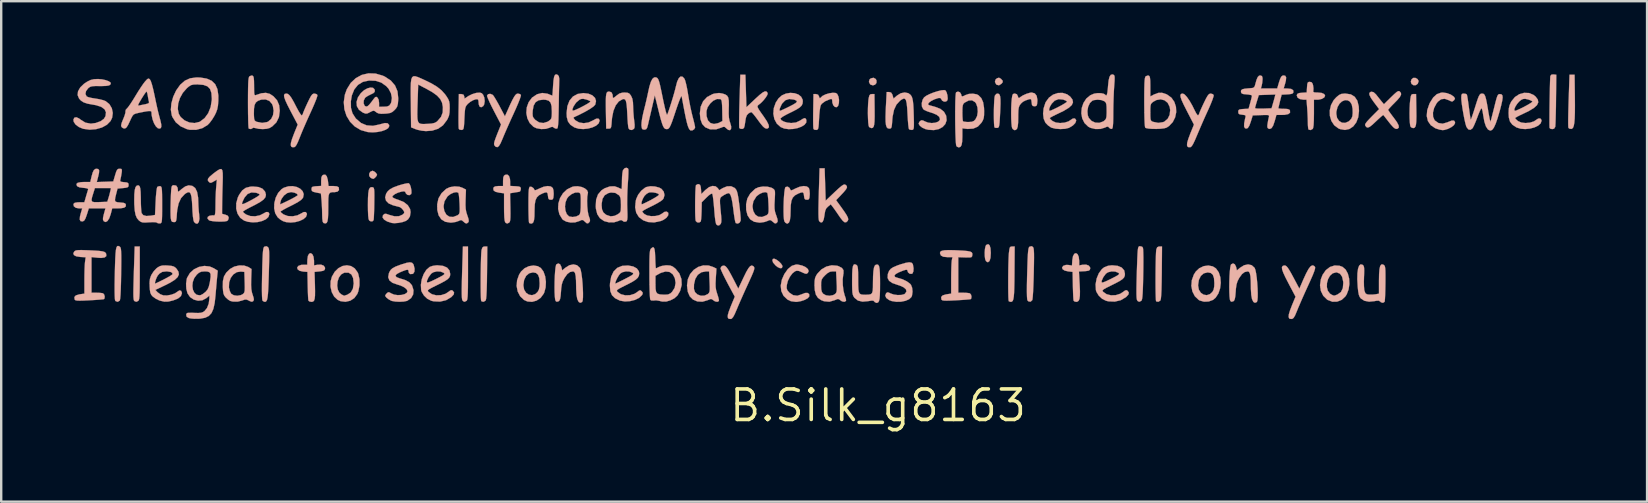
<source format=kicad_pcb>
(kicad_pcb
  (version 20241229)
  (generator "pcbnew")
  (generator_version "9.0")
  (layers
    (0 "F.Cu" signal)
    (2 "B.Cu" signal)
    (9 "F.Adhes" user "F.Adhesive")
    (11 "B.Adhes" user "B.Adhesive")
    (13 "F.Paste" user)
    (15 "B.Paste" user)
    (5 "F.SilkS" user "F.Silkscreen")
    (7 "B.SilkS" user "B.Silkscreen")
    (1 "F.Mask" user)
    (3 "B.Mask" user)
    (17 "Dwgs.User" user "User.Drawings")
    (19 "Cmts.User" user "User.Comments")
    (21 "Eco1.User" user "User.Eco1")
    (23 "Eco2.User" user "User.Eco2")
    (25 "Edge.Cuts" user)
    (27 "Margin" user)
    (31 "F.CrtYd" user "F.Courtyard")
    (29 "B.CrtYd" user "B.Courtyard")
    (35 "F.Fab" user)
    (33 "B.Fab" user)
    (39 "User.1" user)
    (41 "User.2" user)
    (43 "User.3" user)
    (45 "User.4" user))
  (footprint "B.Silk_g8163"
    (layer "F.Cu")
    (at 33.528 13.844)
    (property "Reference" "B.Silk_g8163" (at 0 0 0) (layer "F.SilkS") (effects (font (size 1.27 1.27) (thickness 0.15))))
    (attr through_hole)
    (fp_poly (pts (xy -0.095 -13.604) (xy -0.062 -13.541) (xy -0.064 -13.439) (xy -0.123 -13.366) (xy -0.213 -13.337) (xy -0.309 -13.368) (xy -0.33 -13.386) (xy -0.378 -13.482) (xy -0.356 -13.579) (xy -0.299 -13.63) (xy -0.185 -13.654) (xy -0.095 -13.604)) (stroke (width 0.01) (type solid)) (fill yes) (layer "B.SilkS"))
    (fp_poly (pts (xy 22.477 -13.6) (xy 22.521 -13.522) (xy 22.521 -13.511) (xy 22.488 -13.408) (xy 22.408 -13.348) (xy 22.31 -13.343) (xy 22.227 -13.396) (xy 22.197 -13.489) (xy 22.225 -13.588) (xy 22.293 -13.648) (xy 22.389 -13.649) (xy 22.477 -13.6)) (stroke (width 0.01) (type solid)) (fill yes) (layer "B.SilkS"))
    (fp_poly (pts (xy 5.118 -13.614) (xy 5.126 -13.607) (xy 5.195 -13.529) (xy 5.193 -13.466) (xy 5.14 -13.402) (xy 5.04 -13.34) (xy 4.946 -13.363) (xy 4.919 -13.386) (xy 4.871 -13.483) (xy 4.897 -13.581) (xy 4.957 -13.633) (xy 5.04 -13.657) (xy 5.118 -13.614)) (stroke (width 0.01) (type solid)) (fill yes) (layer "B.SilkS"))
    (fp_poly (pts (xy -4.226 -6.073) (xy -4.126 -5.999) (xy -4.039 -5.911) (xy -3.986 -5.826) (xy -3.979 -5.792) (xy -4.007 -5.728) (xy -4.08 -5.721) (xy -4.183 -5.768) (xy -4.271 -5.838) (xy -4.374 -5.959) (xy -4.402 -6.057) (xy -4.376 -6.109) (xy -4.316 -6.115) (xy -4.226 -6.073)) (stroke (width 0.01) (type solid)) (fill yes) (layer "B.SilkS"))
    (fp_poly (pts (xy -20.985 -9.75) (xy -20.911 -9.685) (xy -20.871 -9.618) (xy -20.87 -9.61) (xy -20.899 -9.553) (xy -20.96 -9.485) (xy -21.02 -9.444) (xy -21.032 -9.442) (xy -21.089 -9.462) (xy -21.135 -9.486) (xy -21.195 -9.561) (xy -21.198 -9.656) (xy -21.152 -9.739) (xy -21.065 -9.779) (xy -21.055 -9.779) (xy -20.985 -9.75)) (stroke (width 0.01) (type solid)) (fill yes) (layer "B.SilkS"))
    (fp_poly (pts (xy 4.648 -6.677) (xy 4.686 -6.555) (xy 4.699 -6.359) (xy 4.699 -6.353) (xy 4.686 -6.149) (xy 4.646 -6.02) (xy 4.582 -5.97) (xy 4.572 -5.969) (xy 4.524 -5.995) (xy 4.496 -6.02) (xy 4.464 -6.096) (xy 4.447 -6.225) (xy 4.444 -6.378) (xy 4.456 -6.527) (xy 4.481 -6.642) (xy 4.508 -6.689) (xy 4.589 -6.723) (xy 4.648 -6.677)) (stroke (width 0.01) (type solid)) (fill yes) (layer "B.SilkS"))
    (fp_poly (pts (xy 29.031 -12.888) (xy 29.034 -12.503) (xy 29.032 -12.195) (xy 29.024 -11.956) (xy 29.009 -11.778) (xy 28.986 -11.654) (xy 28.955 -11.574) (xy 28.914 -11.533) (xy 28.881 -11.522) (xy 28.793 -11.537) (xy 28.761 -11.574) (xy 28.756 -11.633) (xy 28.753 -11.764) (xy 28.754 -11.956) (xy 28.758 -12.195) (xy 28.765 -12.47) (xy 28.772 -12.709) (xy 28.808 -13.78) (xy 29.02 -13.78) (xy 29.031 -12.888)) (stroke (width 0.01) (type solid)) (fill yes) (layer "B.SilkS"))
    (fp_poly (pts (xy -17.081 -5.512) (xy -17.082 -5.169) (xy -17.084 -4.902) (xy -17.089 -4.7) (xy -17.096 -4.555) (xy -17.106 -4.457) (xy -17.119 -4.397) (xy -17.137 -4.366) (xy -17.145 -4.359) (xy -17.225 -4.322) (xy -17.282 -4.346) (xy -17.311 -4.378) (xy -17.327 -4.421) (xy -17.337 -4.512) (xy -17.342 -4.658) (xy -17.342 -4.866) (xy -17.337 -5.144) (xy -17.328 -5.498) (xy -17.327 -5.531) (xy -17.293 -6.625) (xy -17.081 -6.625) (xy -17.081 -5.512)) (stroke (width 0.01) (type solid)) (fill yes) (layer "B.SilkS"))
    (fp_poly (pts (xy -30.755 -5.512) (xy -30.756 -5.169) (xy -30.758 -4.902) (xy -30.762 -4.7) (xy -30.769 -4.555) (xy -30.779 -4.457) (xy -30.793 -4.397) (xy -30.811 -4.366) (xy -30.819 -4.359) (xy -30.891 -4.323) (xy -30.95 -4.337) (xy -30.982 -4.356) (xy -30.999 -4.38) (xy -31.011 -4.433) (xy -31.019 -4.525) (xy -31.022 -4.664) (xy -31.02 -4.859) (xy -31.014 -5.12) (xy -31.005 -5.455) (xy -31.003 -5.508) (xy -30.967 -6.625) (xy -30.755 -6.625) (xy -30.755 -5.512)) (stroke (width 0.01) (type solid)) (fill yes) (layer "B.SilkS"))
    (fp_poly (pts (xy -0.141 -12.32) (xy -0.14 -12.043) (xy -0.145 -11.841) (xy -0.159 -11.702) (xy -0.183 -11.615) (xy -0.219 -11.57) (xy -0.268 -11.557) (xy -0.272 -11.557) (xy -0.343 -11.584) (xy -0.373 -11.608) (xy -0.393 -11.669) (xy -0.408 -11.796) (xy -0.417 -11.969) (xy -0.422 -12.17) (xy -0.42 -12.377) (xy -0.412 -12.574) (xy -0.398 -12.74) (xy -0.388 -12.806) (xy -0.361 -12.916) (xy -0.319 -12.965) (xy -0.253 -12.975) (xy -0.148 -12.975) (xy -0.141 -12.32)) (stroke (width 0.01) (type solid)) (fill yes) (layer "B.SilkS"))
    (fp_poly (pts (xy 22.427 -12.325) (xy 22.43 -12.047) (xy 22.425 -11.844) (xy 22.412 -11.704) (xy 22.387 -11.617) (xy 22.35 -11.571) (xy 22.297 -11.557) (xy 22.292 -11.557) (xy 22.22 -11.584) (xy 22.191 -11.608) (xy 22.17 -11.671) (xy 22.155 -11.8) (xy 22.146 -11.976) (xy 22.144 -12.181) (xy 22.148 -12.395) (xy 22.159 -12.601) (xy 22.176 -12.764) (xy 22.197 -12.89) (xy 22.226 -12.953) (xy 22.276 -12.974) (xy 22.31 -12.975) (xy 22.416 -12.975) (xy 22.427 -12.325)) (stroke (width 0.01) (type solid)) (fill yes) (layer "B.SilkS"))
    (fp_poly (pts (xy -21.058 -9.095) (xy -21.027 -9.084) (xy -21.005 -9.057) (xy -20.991 -9.001) (xy -20.984 -8.904) (xy -20.982 -8.752) (xy -20.984 -8.533) (xy -20.985 -8.427) (xy -20.989 -8.197) (xy -20.996 -7.996) (xy -21.003 -7.838) (xy -21.011 -7.74) (xy -21.015 -7.719) (xy -21.071 -7.668) (xy -21.153 -7.679) (xy -21.201 -7.713) (xy -21.224 -7.777) (xy -21.24 -7.915) (xy -21.249 -8.131) (xy -21.251 -8.361) (xy -21.248 -8.639) (xy -21.236 -8.841) (xy -21.214 -8.979) (xy -21.178 -9.06) (xy -21.126 -9.096) (xy -21.058 -9.095)) (stroke (width 0.01) (type solid)) (fill yes) (layer "B.SilkS"))
    (fp_poly (pts (xy -16.288 -5.529) (xy -16.293 -5.133) (xy -16.302 -4.82) (xy -16.313 -4.59) (xy -16.327 -4.443) (xy -16.345 -4.376) (xy -16.346 -4.375) (xy -16.425 -4.323) (xy -16.504 -4.333) (xy -16.531 -4.361) (xy -16.54 -4.416) (xy -16.546 -4.542) (xy -16.551 -4.724) (xy -16.553 -4.947) (xy -16.553 -5.197) (xy -16.552 -5.46) (xy -16.548 -5.72) (xy -16.543 -5.965) (xy -16.537 -6.178) (xy -16.529 -6.347) (xy -16.52 -6.456) (xy -16.517 -6.477) (xy -16.484 -6.579) (xy -16.43 -6.62) (xy -16.381 -6.625) (xy -16.277 -6.625) (xy -16.288 -5.529)) (stroke (width 0.01) (type solid)) (fill yes) (layer "B.SilkS"))
    (fp_poly (pts (xy 11.823 -5.53) (xy 11.817 -5.141) (xy 11.81 -4.834) (xy 11.799 -4.607) (xy 11.785 -4.457) (xy 11.768 -4.383) (xy 11.764 -4.376) (xy 11.682 -4.323) (xy 11.6 -4.334) (xy 11.585 -4.346) (xy 11.577 -4.395) (xy 11.571 -4.515) (xy 11.566 -4.692) (xy 11.563 -4.91) (xy 11.562 -5.158) (xy 11.563 -5.42) (xy 11.565 -5.682) (xy 11.569 -5.931) (xy 11.574 -6.152) (xy 11.58 -6.331) (xy 11.588 -6.455) (xy 11.594 -6.498) (xy 11.63 -6.592) (xy 11.699 -6.624) (xy 11.727 -6.625) (xy 11.832 -6.625) (xy 11.823 -5.53)) (stroke (width 0.01) (type solid)) (fill yes) (layer "B.SilkS"))
    (fp_poly (pts (xy 28.258 -13.78) (xy 28.246 -12.742) (xy 28.243 -12.449) (xy 28.237 -12.181) (xy 28.231 -11.949) (xy 28.225 -11.767) (xy 28.218 -11.649) (xy 28.214 -11.61) (xy 28.166 -11.533) (xy 28.087 -11.515) (xy 28.006 -11.533) (xy 27.977 -11.568) (xy 27.973 -11.643) (xy 27.972 -11.786) (xy 27.973 -11.98) (xy 27.974 -12.213) (xy 27.977 -12.47) (xy 27.981 -12.736) (xy 27.986 -12.998) (xy 27.991 -13.24) (xy 27.996 -13.448) (xy 28.002 -13.609) (xy 28.007 -13.707) (xy 28.01 -13.729) (xy 28.058 -13.787) (xy 28.145 -13.793) (xy 28.258 -13.78)) (stroke (width 0.01) (type solid)) (fill yes) (layer "B.SilkS"))
    (fp_poly (pts (xy 5.026 -12.986) (xy 5.065 -12.95) (xy 5.09 -12.875) (xy 5.102 -12.752) (xy 5.103 -12.569) (xy 5.094 -12.316) (xy 5.09 -12.231) (xy 5.077 -11.982) (xy 5.066 -11.806) (xy 5.053 -11.689) (xy 5.037 -11.619) (xy 5.015 -11.583) (xy 4.986 -11.568) (xy 4.972 -11.566) (xy 4.888 -11.569) (xy 4.856 -11.583) (xy 4.842 -11.638) (xy 4.833 -11.76) (xy 4.828 -11.928) (xy 4.826 -12.127) (xy 4.828 -12.336) (xy 4.834 -12.538) (xy 4.843 -12.713) (xy 4.855 -12.845) (xy 4.87 -12.914) (xy 4.87 -12.914) (xy 4.928 -12.98) (xy 4.97 -12.996) (xy 5.026 -12.986)) (stroke (width 0.01) (type solid)) (fill yes) (layer "B.SilkS"))
    (fp_poly (pts (xy 5.686 -5.532) (xy 5.683 -5.178) (xy 5.677 -4.899) (xy 5.669 -4.688) (xy 5.656 -4.534) (xy 5.638 -4.429) (xy 5.614 -4.364) (xy 5.582 -4.33) (xy 5.54 -4.318) (xy 5.526 -4.318) (xy 5.456 -4.339) (xy 5.447 -4.346) (xy 5.438 -4.396) (xy 5.431 -4.516) (xy 5.427 -4.692) (xy 5.424 -4.91) (xy 5.424 -5.155) (xy 5.425 -5.413) (xy 5.428 -5.67) (xy 5.433 -5.912) (xy 5.44 -6.123) (xy 5.448 -6.29) (xy 5.455 -6.371) (xy 5.473 -6.512) (xy 5.495 -6.588) (xy 5.532 -6.619) (xy 5.588 -6.625) (xy 5.694 -6.625) (xy 5.686 -5.532)) (stroke (width 0.01) (type solid)) (fill yes) (layer "B.SilkS"))
    (fp_poly (pts (xy -31.615 -6.634) (xy -31.59 -6.619) (xy -31.568 -6.599) (xy -31.551 -6.563) (xy -31.538 -6.501) (xy -31.531 -6.404) (xy -31.526 -6.261) (xy -31.525 -6.063) (xy -31.527 -5.799) (xy -31.531 -5.499) (xy -31.537 -5.143) (xy -31.546 -4.848) (xy -31.557 -4.618) (xy -31.57 -4.46) (xy -31.585 -4.379) (xy -31.589 -4.372) (xy -31.672 -4.321) (xy -31.757 -4.347) (xy -31.78 -4.371) (xy -31.791 -4.43) (xy -31.799 -4.565) (xy -31.803 -4.768) (xy -31.803 -5.032) (xy -31.798 -5.347) (xy -31.795 -5.491) (xy -31.786 -5.847) (xy -31.776 -6.126) (xy -31.764 -6.337) (xy -31.748 -6.487) (xy -31.726 -6.583) (xy -31.698 -6.635) (xy -31.661 -6.649) (xy -31.615 -6.634)) (stroke (width 0.01) (type solid)) (fill yes) (layer "B.SilkS"))
    (fp_poly (pts (xy 6.449 -6.61) (xy 6.469 -6.583) (xy 6.484 -6.534) (xy 6.493 -6.453) (xy 6.499 -6.33) (xy 6.5 -6.155) (xy 6.497 -5.918) (xy 6.491 -5.609) (xy 6.489 -5.511) (xy 6.481 -5.219) (xy 6.471 -4.952) (xy 6.46 -4.723) (xy 6.448 -4.545) (xy 6.436 -4.429) (xy 6.428 -4.392) (xy 6.358 -4.326) (xy 6.273 -4.336) (xy 6.23 -4.373) (xy 6.215 -4.427) (xy 6.206 -4.548) (xy 6.202 -4.741) (xy 6.203 -5.008) (xy 6.21 -5.355) (xy 6.214 -5.501) (xy 6.224 -5.835) (xy 6.233 -6.094) (xy 6.243 -6.288) (xy 6.254 -6.427) (xy 6.267 -6.52) (xy 6.283 -6.577) (xy 6.303 -6.609) (xy 6.315 -6.618) (xy 6.399 -6.638) (xy 6.449 -6.61)) (stroke (width 0.01) (type solid)) (fill yes) (layer "B.SilkS"))
    (fp_poly (pts (xy -25.42 -6.603) (xy -25.398 -6.578) (xy -25.381 -6.539) (xy -25.37 -6.476) (xy -25.364 -6.377) (xy -25.362 -6.233) (xy -25.365 -6.034) (xy -25.371 -5.769) (xy -25.379 -5.484) (xy -25.39 -5.136) (xy -25.401 -4.864) (xy -25.414 -4.659) (xy -25.431 -4.511) (xy -25.451 -4.412) (xy -25.478 -4.353) (xy -25.511 -4.325) (xy -25.548 -4.318) (xy -25.619 -4.348) (xy -25.642 -4.371) (xy -25.655 -4.431) (xy -25.663 -4.569) (xy -25.667 -4.781) (xy -25.666 -5.058) (xy -25.66 -5.396) (xy -25.658 -5.499) (xy -25.65 -5.833) (xy -25.641 -6.092) (xy -25.633 -6.286) (xy -25.622 -6.425) (xy -25.61 -6.518) (xy -25.594 -6.576) (xy -25.575 -6.608) (xy -25.562 -6.618) (xy -25.481 -6.637) (xy -25.42 -6.603)) (stroke (width 0.01) (type solid)) (fill yes) (layer "B.SilkS"))
    (fp_poly (pts (xy 11.002 -6.617) (xy 11.036 -6.575) (xy 11.045 -6.513) (xy 11.051 -6.378) (xy 11.055 -6.184) (xy 11.055 -5.943) (xy 11.053 -5.667) (xy 11.049 -5.449) (xy 11.042 -5.115) (xy 11.034 -4.856) (xy 11.025 -4.663) (xy 11.014 -4.526) (xy 11.001 -4.436) (xy 10.984 -4.383) (xy 10.964 -4.359) (xy 10.884 -4.322) (xy 10.827 -4.346) (xy 10.798 -4.378) (xy 10.783 -4.421) (xy 10.772 -4.512) (xy 10.767 -4.658) (xy 10.767 -4.866) (xy 10.772 -5.144) (xy 10.781 -5.498) (xy 10.782 -5.531) (xy 10.793 -5.863) (xy 10.802 -6.12) (xy 10.811 -6.312) (xy 10.82 -6.449) (xy 10.832 -6.54) (xy 10.846 -6.594) (xy 10.865 -6.623) (xy 10.888 -6.635) (xy 10.909 -6.638) (xy 11.002 -6.617)) (stroke (width 0.01) (type solid)) (fill yes) (layer "B.SilkS"))
    (fp_poly (pts (xy 8.314 -6.304) (xy 8.363 -6.193) (xy 8.382 -6.022) (xy 8.382 -5.838) (xy 8.526 -5.865) (xy 8.674 -5.869) (xy 8.784 -5.827) (xy 8.838 -5.748) (xy 8.84 -5.702) (xy 8.821 -5.647) (xy 8.769 -5.616) (xy 8.663 -5.601) (xy 8.599 -5.596) (xy 8.371 -5.583) (xy 8.401 -5.039) (xy 8.413 -4.769) (xy 8.41 -4.573) (xy 8.392 -4.44) (xy 8.356 -4.361) (xy 8.3 -4.324) (xy 8.252 -4.318) (xy 8.174 -4.341) (xy 8.148 -4.371) (xy 8.14 -4.431) (xy 8.132 -4.558) (xy 8.125 -4.736) (xy 8.119 -4.945) (xy 8.118 -4.995) (xy 8.107 -5.567) (xy 7.921 -5.588) (xy 7.776 -5.622) (xy 7.689 -5.68) (xy 7.667 -5.749) (xy 7.719 -5.82) (xy 7.831 -5.858) (xy 7.939 -5.855) (xy 8.081 -5.832) (xy 8.094 -6.055) (xy 8.124 -6.225) (xy 8.18 -6.322) (xy 8.248 -6.348) (xy 8.314 -6.304)) (stroke (width 0.01) (type solid)) (fill yes) (layer "B.SilkS"))
    (fp_poly (pts (xy -23.568 -6.306) (xy -23.517 -6.202) (xy -23.495 -6.036) (xy -23.495 -6.022) (xy -23.495 -5.838) (xy -23.351 -5.865) (xy -23.203 -5.869) (xy -23.093 -5.827) (xy -23.039 -5.748) (xy -23.037 -5.702) (xy -23.059 -5.644) (xy -23.118 -5.611) (xy -23.236 -5.591) (xy -23.262 -5.588) (xy -23.474 -5.567) (xy -23.458 -5.034) (xy -23.453 -4.77) (xy -23.455 -4.578) (xy -23.469 -4.449) (xy -23.495 -4.37) (xy -23.537 -4.33) (xy -23.596 -4.318) (xy -23.605 -4.318) (xy -23.692 -4.337) (xy -23.729 -4.371) (xy -23.737 -4.431) (xy -23.745 -4.558) (xy -23.752 -4.736) (xy -23.758 -4.945) (xy -23.759 -4.995) (xy -23.77 -5.567) (xy -23.95 -5.58) (xy -24.098 -5.613) (xy -24.18 -5.676) (xy -24.197 -5.75) (xy -24.148 -5.816) (xy -24.033 -5.858) (xy -23.955 -5.863) (xy -23.778 -5.863) (xy -23.774 -6.07) (xy -23.751 -6.232) (xy -23.7 -6.324) (xy -23.634 -6.348) (xy -23.568 -6.306)) (stroke (width 0.01) (type solid)) (fill yes) (layer "B.SilkS"))
    (fp_poly (pts (xy -14.174 -5.805) (xy -14.046 -5.729) (xy -13.937 -5.582) (xy -13.866 -5.383) (xy -13.835 -5.154) (xy -13.847 -4.921) (xy -13.904 -4.708) (xy -13.927 -4.659) (xy -14.054 -4.487) (xy -14.222 -4.372) (xy -14.412 -4.319) (xy -14.605 -4.334) (xy -14.747 -4.398) (xy -14.909 -4.552) (xy -15.012 -4.752) (xy -15.055 -4.98) (xy -15.053 -5.002) (xy -14.774 -5.002) (xy -14.743 -4.828) (xy -14.662 -4.698) (xy -14.546 -4.619) (xy -14.413 -4.597) (xy -14.278 -4.642) (xy -14.181 -4.731) (xy -14.128 -4.828) (xy -14.102 -4.961) (xy -14.097 -5.097) (xy -14.112 -5.308) (xy -14.161 -5.447) (xy -14.248 -5.523) (xy -14.375 -5.546) (xy -14.535 -5.507) (xy -14.66 -5.4) (xy -14.743 -5.233) (xy -14.774 -5.017) (xy -14.774 -5.002) (xy -15.053 -5.002) (xy -15.036 -5.219) (xy -14.953 -5.451) (xy -14.871 -5.582) (xy -14.724 -5.719) (xy -14.545 -5.804) (xy -14.354 -5.834) (xy -14.174 -5.805)) (stroke (width 0.01) (type solid)) (fill yes) (layer "B.SilkS"))
    (fp_poly (pts (xy 13.945 -5.797) (xy 14.079 -5.712) (xy 14.195 -5.55) (xy 14.262 -5.343) (xy 14.28 -5.112) (xy 14.252 -4.88) (xy 14.18 -4.666) (xy 14.065 -4.491) (xy 13.958 -4.401) (xy 13.779 -4.334) (xy 13.583 -4.325) (xy 13.404 -4.375) (xy 13.362 -4.398) (xy 13.2 -4.552) (xy 13.097 -4.752) (xy 13.054 -4.98) (xy 13.056 -5.002) (xy 13.335 -5.002) (xy 13.366 -4.828) (xy 13.448 -4.698) (xy 13.563 -4.619) (xy 13.697 -4.597) (xy 13.831 -4.642) (xy 13.929 -4.731) (xy 13.982 -4.828) (xy 14.007 -4.961) (xy 14.012 -5.097) (xy 13.997 -5.308) (xy 13.949 -5.447) (xy 13.861 -5.523) (xy 13.735 -5.546) (xy 13.574 -5.507) (xy 13.449 -5.4) (xy 13.367 -5.233) (xy 13.335 -5.017) (xy 13.335 -5.002) (xy 13.056 -5.002) (xy 13.073 -5.219) (xy 13.156 -5.451) (xy 13.239 -5.582) (xy 13.388 -5.722) (xy 13.57 -5.807) (xy 13.763 -5.833) (xy 13.945 -5.797)) (stroke (width 0.01) (type solid)) (fill yes) (layer "B.SilkS"))
    (fp_poly (pts (xy -15.374 -9.564) (xy -15.332 -9.44) (xy -15.325 -9.334) (xy -15.325 -9.148) (xy -15.102 -9.136) (xy -14.973 -9.125) (xy -14.906 -9.104) (xy -14.883 -9.062) (xy -14.88 -9.018) (xy -14.903 -8.932) (xy -14.944 -8.904) (xy -15.026 -8.892) (xy -15.146 -8.873) (xy -15.167 -8.869) (xy -15.327 -8.843) (xy -15.315 -8.252) (xy -15.312 -8.009) (xy -15.314 -7.838) (xy -15.322 -7.725) (xy -15.338 -7.658) (xy -15.362 -7.623) (xy -15.367 -7.619) (xy -15.443 -7.582) (xy -15.498 -7.601) (xy -15.528 -7.628) (xy -15.552 -7.693) (xy -15.568 -7.834) (xy -15.577 -8.054) (xy -15.579 -8.259) (xy -15.579 -8.84) (xy -15.787 -8.868) (xy -15.942 -8.906) (xy -16.02 -8.967) (xy -16.025 -9.057) (xy -16.017 -9.081) (xy -15.958 -9.127) (xy -15.824 -9.144) (xy -15.807 -9.144) (xy -15.621 -9.144) (xy -15.621 -9.354) (xy -15.613 -9.493) (xy -15.583 -9.572) (xy -15.539 -9.608) (xy -15.446 -9.623) (xy -15.374 -9.564)) (stroke (width 0.01) (type solid)) (fill yes) (layer "B.SilkS"))
    (fp_poly (pts (xy 18.156 -5.824) (xy 18.201 -5.782) (xy 18.212 -5.746) (xy 18.202 -5.68) (xy 18.168 -5.575) (xy 18.107 -5.421) (xy 18.014 -5.209) (xy 17.906 -4.972) (xy 17.789 -4.715) (xy 17.676 -4.462) (xy 17.576 -4.231) (xy 17.495 -4.042) (xy 17.447 -3.921) (xy 17.374 -3.75) (xy 17.313 -3.65) (xy 17.256 -3.609) (xy 17.247 -3.607) (xy 17.164 -3.61) (xy 17.133 -3.625) (xy 17.106 -3.688) (xy 17.115 -3.796) (xy 17.163 -3.959) (xy 17.249 -4.183) (xy 17.394 -4.534) (xy 17.099 -5.093) (xy 16.969 -5.346) (xy 16.882 -5.536) (xy 16.835 -5.671) (xy 16.827 -5.76) (xy 16.855 -5.811) (xy 16.916 -5.834) (xy 16.965 -5.832) (xy 17.012 -5.806) (xy 17.067 -5.746) (xy 17.136 -5.641) (xy 17.227 -5.482) (xy 17.348 -5.257) (xy 17.358 -5.238) (xy 17.554 -4.868) (xy 17.714 -5.238) (xy 17.833 -5.497) (xy 17.931 -5.68) (xy 18.015 -5.792) (xy 18.088 -5.838) (xy 18.156 -5.824)) (stroke (width 0.01) (type solid)) (fill yes) (layer "B.SilkS"))
    (fp_poly (pts (xy -3.339 -5.872) (xy -3.159 -5.831) (xy -3.016 -5.766) (xy -2.922 -5.686) (xy -2.888 -5.601) (xy -2.923 -5.526) (xy -2.97 -5.491) (xy -3.029 -5.492) (xy -3.125 -5.531) (xy -3.168 -5.552) (xy -3.294 -5.606) (xy -3.383 -5.616) (xy -3.451 -5.595) (xy -3.565 -5.507) (xy -3.672 -5.363) (xy -3.756 -5.191) (xy -3.799 -5.019) (xy -3.806 -4.891) (xy -3.779 -4.804) (xy -3.704 -4.714) (xy -3.692 -4.701) (xy -3.535 -4.597) (xy -3.36 -4.574) (xy -3.179 -4.633) (xy -3.175 -4.636) (xy -3.041 -4.689) (xy -2.934 -4.69) (xy -2.869 -4.644) (xy -2.862 -4.556) (xy -2.868 -4.539) (xy -2.929 -4.469) (xy -3.049 -4.403) (xy -3.203 -4.35) (xy -3.363 -4.321) (xy -3.421 -4.318) (xy -3.626 -4.345) (xy -3.772 -4.414) (xy -3.935 -4.569) (xy -4.029 -4.766) (xy -4.053 -4.994) (xy -4.006 -5.243) (xy -3.904 -5.474) (xy -3.755 -5.686) (xy -3.591 -5.82) (xy -3.417 -5.874) (xy -3.339 -5.872)) (stroke (width 0.01) (type solid)) (fill yes) (layer "B.SilkS"))
    (fp_poly (pts (xy -1.762 -13.02) (xy -1.703 -12.986) (xy -1.649 -12.876) (xy -1.624 -12.737) (xy -1.629 -12.598) (xy -1.662 -12.485) (xy -1.717 -12.43) (xy -1.796 -12.438) (xy -1.864 -12.509) (xy -1.902 -12.619) (xy -1.905 -12.664) (xy -1.913 -12.75) (xy -1.949 -12.772) (xy -2 -12.761) (xy -2.197 -12.679) (xy -2.336 -12.577) (xy -2.38 -12.52) (xy -2.405 -12.438) (xy -2.428 -12.292) (xy -2.446 -12.105) (xy -2.455 -11.959) (xy -2.466 -11.755) (xy -2.477 -11.621) (xy -2.492 -11.541) (xy -2.515 -11.5) (xy -2.551 -11.484) (xy -2.572 -11.48) (xy -2.655 -11.491) (xy -2.689 -11.524) (xy -2.696 -11.584) (xy -2.701 -11.713) (xy -2.703 -11.896) (xy -2.702 -12.117) (xy -2.7 -12.278) (xy -2.688 -12.975) (xy -2.584 -12.975) (xy -2.495 -12.949) (xy -2.455 -12.87) (xy -2.43 -12.802) (xy -2.4 -12.814) (xy -2.395 -12.821) (xy -2.313 -12.898) (xy -2.183 -12.963) (xy -2.031 -13.008) (xy -1.883 -13.029) (xy -1.762 -13.02)) (stroke (width 0.01) (type solid)) (fill yes) (layer "B.SilkS"))
    (fp_poly (pts (xy 19.225 -5.823) (xy 19.352 -5.776) (xy 19.482 -5.664) (xy 19.574 -5.495) (xy 19.627 -5.288) (xy 19.638 -5.062) (xy 19.605 -4.837) (xy 19.527 -4.632) (xy 19.473 -4.547) (xy 19.319 -4.403) (xy 19.131 -4.328) (xy 18.931 -4.324) (xy 18.738 -4.396) (xy 18.711 -4.413) (xy 18.548 -4.573) (xy 18.448 -4.777) (xy 18.426 -4.932) (xy 18.7 -4.932) (xy 18.739 -4.779) (xy 18.828 -4.661) (xy 18.881 -4.627) (xy 18.957 -4.589) (xy 19.006 -4.578) (xy 19.066 -4.595) (xy 19.15 -4.63) (xy 19.287 -4.73) (xy 19.365 -4.89) (xy 19.383 -5.109) (xy 19.379 -5.166) (xy 19.335 -5.363) (xy 19.248 -5.49) (xy 19.119 -5.544) (xy 19.084 -5.546) (xy 18.944 -5.508) (xy 18.831 -5.409) (xy 18.75 -5.267) (xy 18.704 -5.101) (xy 18.7 -4.932) (xy 18.426 -4.932) (xy 18.414 -5.011) (xy 18.449 -5.26) (xy 18.521 -5.445) (xy 18.656 -5.639) (xy 18.827 -5.771) (xy 19.022 -5.834) (xy 19.225 -5.823)) (stroke (width 0.01) (type solid)) (fill yes) (layer "B.SilkS"))
    (fp_poly (pts (xy 19.698 -12.962) (xy 19.859 -12.863) (xy 19.969 -12.699) (xy 20.027 -12.467) (xy 20.038 -12.27) (xy 20.007 -12.009) (xy 19.924 -11.793) (xy 19.798 -11.627) (xy 19.638 -11.52) (xy 19.454 -11.48) (xy 19.253 -11.514) (xy 19.178 -11.546) (xy 19.005 -11.677) (xy 18.887 -11.856) (xy 18.825 -12.067) (xy 18.823 -12.158) (xy 19.092 -12.158) (xy 19.124 -11.984) (xy 19.208 -11.857) (xy 19.327 -11.784) (xy 19.465 -11.775) (xy 19.607 -11.836) (xy 19.658 -11.88) (xy 19.725 -11.961) (xy 19.762 -12.054) (xy 19.775 -12.183) (xy 19.771 -12.361) (xy 19.736 -12.542) (xy 19.662 -12.659) (xy 19.561 -12.717) (xy 19.446 -12.719) (xy 19.329 -12.67) (xy 19.224 -12.572) (xy 19.143 -12.431) (xy 19.097 -12.249) (xy 19.092 -12.158) (xy 18.823 -12.158) (xy 18.82 -12.293) (xy 18.873 -12.518) (xy 18.985 -12.725) (xy 19.093 -12.843) (xy 19.206 -12.936) (xy 19.304 -12.981) (xy 19.429 -12.995) (xy 19.484 -12.995) (xy 19.698 -12.962)) (stroke (width 0.01) (type solid)) (fill yes) (layer "B.SilkS"))
    (fp_poly (pts (xy -21.952 -5.809) (xy -21.799 -5.712) (xy -21.681 -5.55) (xy -21.653 -5.487) (xy -21.603 -5.262) (xy -21.602 -5.007) (xy -21.648 -4.762) (xy -21.692 -4.647) (xy -21.817 -4.477) (xy -21.987 -4.366) (xy -22.184 -4.321) (xy -22.387 -4.346) (xy -22.513 -4.404) (xy -22.657 -4.538) (xy -22.757 -4.725) (xy -22.808 -4.945) (xy -22.807 -4.995) (xy -22.53 -4.995) (xy -22.505 -4.83) (xy -22.436 -4.695) (xy -22.352 -4.627) (xy -22.274 -4.588) (xy -22.242 -4.573) (xy -22.204 -4.585) (xy -22.116 -4.614) (xy -22.103 -4.619) (xy -21.965 -4.71) (xy -21.877 -4.864) (xy -21.844 -5.076) (xy -21.844 -5.097) (xy -21.868 -5.312) (xy -21.937 -5.457) (xy -22.052 -5.533) (xy -22.21 -5.536) (xy -22.246 -5.528) (xy -22.369 -5.458) (xy -22.46 -5.331) (xy -22.514 -5.169) (xy -22.53 -4.995) (xy -22.807 -4.995) (xy -22.804 -5.174) (xy -22.752 -5.367) (xy -22.632 -5.574) (xy -22.479 -5.723) (xy -22.306 -5.813) (xy -22.126 -5.842) (xy -21.952 -5.809)) (stroke (width 0.01) (type solid)) (fill yes) (layer "B.SilkS"))
    (fp_poly (pts (xy -16.509 -13.011) (xy -16.452 -12.949) (xy -16.401 -12.827) (xy -16.385 -12.68) (xy -16.406 -12.546) (xy -16.448 -12.472) (xy -16.532 -12.425) (xy -16.598 -12.454) (xy -16.634 -12.549) (xy -16.637 -12.596) (xy -16.646 -12.697) (xy -16.666 -12.753) (xy -16.669 -12.755) (xy -16.751 -12.759) (xy -16.869 -12.719) (xy -16.993 -12.647) (xy -17.083 -12.572) (xy -17.138 -12.51) (xy -17.175 -12.45) (xy -17.199 -12.371) (xy -17.213 -12.256) (xy -17.224 -12.084) (xy -17.23 -11.967) (xy -17.24 -11.761) (xy -17.251 -11.625) (xy -17.266 -11.543) (xy -17.288 -11.502) (xy -17.323 -11.484) (xy -17.346 -11.48) (xy -17.43 -11.491) (xy -17.464 -11.524) (xy -17.471 -11.584) (xy -17.475 -11.713) (xy -17.477 -11.896) (xy -17.476 -12.117) (xy -17.474 -12.278) (xy -17.462 -12.975) (xy -17.357 -12.975) (xy -17.269 -12.952) (xy -17.237 -12.881) (xy -17.224 -12.787) (xy -17.058 -12.897) (xy -16.91 -12.971) (xy -16.747 -13.021) (xy -16.707 -13.027) (xy -16.583 -13.034) (xy -16.509 -13.011)) (stroke (width 0.01) (type solid)) (fill yes) (layer "B.SilkS"))
    (fp_poly (pts (xy -5.202 -5.81) (xy -5.177 -5.788) (xy -5.157 -5.758) (xy -5.152 -5.714) (xy -5.166 -5.645) (xy -5.204 -5.54) (xy -5.269 -5.387) (xy -5.366 -5.174) (xy -5.42 -5.055) (xy -5.537 -4.8) (xy -5.654 -4.538) (xy -5.762 -4.293) (xy -5.85 -4.088) (xy -5.885 -4.003) (xy -5.97 -3.807) (xy -6.038 -3.682) (xy -6.095 -3.619) (xy -6.123 -3.607) (xy -6.206 -3.61) (xy -6.235 -3.625) (xy -6.261 -3.681) (xy -6.256 -3.775) (xy -6.215 -3.918) (xy -6.138 -4.121) (xy -6.116 -4.175) (xy -5.967 -4.535) (xy -6.265 -5.09) (xy -6.369 -5.291) (xy -6.458 -5.47) (xy -6.523 -5.612) (xy -6.558 -5.701) (xy -6.562 -5.72) (xy -6.526 -5.79) (xy -6.47 -5.823) (xy -6.413 -5.83) (xy -6.357 -5.805) (xy -6.295 -5.74) (xy -6.218 -5.624) (xy -6.12 -5.448) (xy -6.022 -5.261) (xy -5.821 -4.87) (xy -5.601 -5.335) (xy -5.49 -5.562) (xy -5.4 -5.715) (xy -5.327 -5.803) (xy -5.263 -5.833) (xy -5.202 -5.81)) (stroke (width 0.01) (type solid)) (fill yes) (layer "B.SilkS"))
    (fp_poly (pts (xy 23.698 -13.015) (xy 23.863 -12.953) (xy 23.987 -12.867) (xy 23.999 -12.853) (xy 24.037 -12.788) (xy 24.008 -12.73) (xy 23.99 -12.712) (xy 23.938 -12.67) (xy 23.882 -12.67) (xy 23.789 -12.714) (xy 23.782 -12.718) (xy 23.61 -12.779) (xy 23.461 -12.76) (xy 23.327 -12.66) (xy 23.269 -12.587) (xy 23.168 -12.398) (xy 23.12 -12.205) (xy 23.125 -12.029) (xy 23.186 -11.889) (xy 23.2 -11.873) (xy 23.35 -11.768) (xy 23.525 -11.742) (xy 23.721 -11.798) (xy 23.748 -11.81) (xy 23.899 -11.87) (xy 23.997 -11.87) (xy 24.039 -11.81) (xy 24.038 -11.758) (xy 23.99 -11.678) (xy 23.884 -11.596) (xy 23.746 -11.525) (xy 23.6 -11.481) (xy 23.518 -11.473) (xy 23.398 -11.492) (xy 23.255 -11.537) (xy 23.21 -11.555) (xy 23.026 -11.68) (xy 22.909 -11.851) (xy 22.86 -12.061) (xy 22.88 -12.303) (xy 22.971 -12.569) (xy 22.992 -12.612) (xy 23.128 -12.831) (xy 23.28 -12.97) (xy 23.454 -13.033) (xy 23.528 -13.039) (xy 23.698 -13.015)) (stroke (width 0.01) (type solid)) (fill yes) (layer "B.SilkS"))
    (fp_poly (pts (xy -22.965 -9.551) (xy -22.922 -9.401) (xy -22.913 -9.334) (xy -22.891 -9.144) (xy -22.69 -9.144) (xy -22.545 -9.132) (xy -22.473 -9.096) (xy -22.464 -9.081) (xy -22.455 -8.976) (xy -22.519 -8.91) (xy -22.628 -8.89) (xy -22.734 -8.888) (xy -22.808 -8.875) (xy -22.856 -8.837) (xy -22.885 -8.762) (xy -22.898 -8.637) (xy -22.902 -8.45) (xy -22.902 -8.259) (xy -22.905 -7.994) (xy -22.915 -7.803) (xy -22.935 -7.678) (xy -22.968 -7.609) (xy -23.017 -7.586) (xy -23.086 -7.599) (xy -23.103 -7.606) (xy -23.135 -7.659) (xy -23.152 -7.791) (xy -23.157 -7.952) (xy -23.161 -8.161) (xy -23.171 -8.386) (xy -23.183 -8.556) (xy -23.21 -8.836) (xy -23.405 -8.873) (xy -23.526 -8.903) (xy -23.584 -8.939) (xy -23.6 -9) (xy -23.601 -9.017) (xy -23.592 -9.082) (xy -23.553 -9.115) (xy -23.459 -9.131) (xy -23.4 -9.136) (xy -23.199 -9.149) (xy -23.199 -9.356) (xy -23.19 -9.495) (xy -23.159 -9.574) (xy -23.118 -9.607) (xy -23.03 -9.62) (xy -22.965 -9.551)) (stroke (width 0.01) (type solid)) (fill yes) (layer "B.SilkS"))
    (fp_poly (pts (xy -14.912 -12.973) (xy -14.875 -12.935) (xy -14.885 -12.878) (xy -14.925 -12.758) (xy -14.992 -12.589) (xy -15.08 -12.383) (xy -15.18 -12.162) (xy -15.297 -11.907) (xy -15.411 -11.651) (xy -15.515 -11.414) (xy -15.599 -11.218) (xy -15.642 -11.113) (xy -15.725 -10.921) (xy -15.796 -10.806) (xy -15.862 -10.762) (xy -15.927 -10.782) (xy -15.95 -10.802) (xy -15.984 -10.845) (xy -15.996 -10.897) (xy -15.985 -10.975) (xy -15.946 -11.095) (xy -15.879 -11.272) (xy -15.854 -11.335) (xy -15.705 -11.706) (xy -16.003 -12.276) (xy -16.106 -12.479) (xy -16.192 -12.658) (xy -16.254 -12.801) (xy -16.286 -12.89) (xy -16.289 -12.91) (xy -16.242 -12.971) (xy -16.157 -12.985) (xy -16.065 -12.951) (xy -16.033 -12.923) (xy -15.985 -12.854) (xy -15.91 -12.73) (xy -15.819 -12.57) (xy -15.753 -12.447) (xy -15.543 -12.049) (xy -15.44 -12.279) (xy -15.324 -12.538) (xy -15.233 -12.727) (xy -15.161 -12.858) (xy -15.104 -12.94) (xy -15.053 -12.983) (xy -15.004 -12.996) (xy -14.999 -12.996) (xy -14.912 -12.973)) (stroke (width 0.01) (type solid)) (fill yes) (layer "B.SilkS"))
    (fp_poly (pts (xy -2.961 -9.125) (xy -2.879 -9.06) (xy -2.878 -9.058) (xy -2.853 -8.964) (xy -2.843 -8.829) (xy -2.845 -8.772) (xy -2.857 -8.651) (xy -2.882 -8.592) (xy -2.933 -8.573) (xy -2.963 -8.572) (xy -3.035 -8.584) (xy -3.069 -8.635) (xy -3.082 -8.731) (xy -3.098 -8.837) (xy -3.135 -8.881) (xy -3.213 -8.872) (xy -3.317 -8.832) (xy -3.456 -8.758) (xy -3.55 -8.662) (xy -3.607 -8.529) (xy -3.635 -8.342) (xy -3.641 -8.141) (xy -3.648 -7.894) (xy -3.67 -7.723) (xy -3.71 -7.621) (xy -3.77 -7.579) (xy -3.789 -7.578) (xy -3.854 -7.611) (xy -3.899 -7.67) (xy -3.918 -7.749) (xy -3.93 -7.89) (xy -3.935 -8.074) (xy -3.934 -8.283) (xy -3.928 -8.5) (xy -3.917 -8.708) (xy -3.901 -8.888) (xy -3.881 -9.023) (xy -3.858 -9.096) (xy -3.852 -9.102) (xy -3.76 -9.119) (xy -3.684 -9.063) (xy -3.661 -9.015) (xy -3.641 -8.972) (xy -3.606 -8.964) (xy -3.533 -8.993) (xy -3.442 -9.04) (xy -3.26 -9.115) (xy -3.094 -9.144) (xy -2.961 -9.125)) (stroke (width 0.01) (type solid)) (fill yes) (layer "B.SilkS"))
    (fp_poly (pts (xy 18.065 -13.467) (xy 18.108 -13.402) (xy 18.126 -13.335) (xy 18.141 -13.214) (xy 18.137 -13.118) (xy 18.135 -13.113) (xy 18.133 -13.068) (xy 18.175 -13.046) (xy 18.279 -13.039) (xy 18.319 -13.039) (xy 18.484 -13.022) (xy 18.59 -12.975) (xy 18.627 -12.906) (xy 18.589 -12.833) (xy 18.492 -12.774) (xy 18.362 -12.744) (xy 18.327 -12.742) (xy 18.161 -12.742) (xy 18.161 -12.158) (xy 18.157 -11.88) (xy 18.147 -11.682) (xy 18.128 -11.563) (xy 18.11 -11.523) (xy 18.022 -11.475) (xy 17.941 -11.495) (xy 17.935 -11.501) (xy 17.92 -11.555) (xy 17.91 -11.667) (xy 17.907 -11.786) (xy 17.903 -11.96) (xy 17.893 -12.173) (xy 17.88 -12.382) (xy 17.879 -12.393) (xy 17.852 -12.742) (xy 17.718 -12.742) (xy 17.576 -12.766) (xy 17.479 -12.828) (xy 17.446 -12.917) (xy 17.448 -12.936) (xy 17.477 -12.989) (xy 17.551 -13.018) (xy 17.662 -13.03) (xy 17.86 -13.043) (xy 17.873 -13.263) (xy 17.884 -13.392) (xy 17.906 -13.458) (xy 17.948 -13.481) (xy 17.99 -13.483) (xy 18.065 -13.467)) (stroke (width 0.01) (type solid)) (fill yes) (layer "B.SilkS"))
    (fp_poly (pts (xy -27.316 -9.8) (xy -27.299 -9.685) (xy -27.296 -9.499) (xy -27.302 -9.249) (xy -27.31 -8.997) (xy -27.316 -8.74) (xy -27.321 -8.508) (xy -27.323 -8.33) (xy -27.324 -8.321) (xy -27.326 -7.986) (xy -27.189 -7.95) (xy -27.089 -7.908) (xy -27.053 -7.842) (xy -27.051 -7.814) (xy -27.076 -7.726) (xy -27.118 -7.688) (xy -27.219 -7.668) (xy -27.367 -7.661) (xy -27.536 -7.664) (xy -27.696 -7.677) (xy -27.821 -7.698) (xy -27.875 -7.72) (xy -27.935 -7.793) (xy -27.922 -7.858) (xy -27.849 -7.906) (xy -27.727 -7.924) (xy -27.654 -7.919) (xy -27.628 -7.94) (xy -27.612 -8.017) (xy -27.603 -8.161) (xy -27.601 -8.331) (xy -27.598 -8.562) (xy -27.59 -8.807) (xy -27.578 -9.024) (xy -27.573 -9.08) (xy -27.545 -9.411) (xy -27.679 -9.332) (xy -27.772 -9.283) (xy -27.828 -9.28) (xy -27.88 -9.32) (xy -27.881 -9.321) (xy -27.921 -9.382) (xy -27.911 -9.45) (xy -27.844 -9.533) (xy -27.714 -9.644) (xy -27.646 -9.697) (xy -27.513 -9.793) (xy -27.418 -9.847) (xy -27.354 -9.851) (xy -27.316 -9.8)) (stroke (width 0.01) (type solid)) (fill yes) (layer "B.SilkS"))
    (fp_poly (pts (xy -2.201 -9.211) (xy -2.18 -8.536) (xy -1.806 -8.891) (xy -1.641 -9.044) (xy -1.524 -9.143) (xy -1.444 -9.196) (xy -1.39 -9.21) (xy -1.364 -9.202) (xy -1.304 -9.151) (xy -1.291 -9.091) (xy -1.33 -9.009) (xy -1.425 -8.893) (xy -1.504 -8.808) (xy -1.745 -8.555) (xy -1.527 -8.255) (xy -1.389 -8.06) (xy -1.299 -7.919) (xy -1.251 -7.819) (xy -1.24 -7.748) (xy -1.261 -7.695) (xy -1.269 -7.685) (xy -1.329 -7.633) (xy -1.391 -7.634) (xy -1.466 -7.693) (xy -1.565 -7.817) (xy -1.626 -7.906) (xy -1.727 -8.054) (xy -1.82 -8.186) (xy -1.886 -8.276) (xy -1.894 -8.286) (xy -1.968 -8.381) (xy -2.084 -8.286) (xy -2.156 -8.212) (xy -2.198 -8.116) (xy -2.225 -7.97) (xy -2.228 -7.938) (xy -2.262 -7.753) (xy -2.311 -7.647) (xy -2.374 -7.621) (xy -2.45 -7.677) (xy -2.451 -7.678) (xy -2.466 -7.724) (xy -2.476 -7.823) (xy -2.481 -7.982) (xy -2.481 -8.207) (xy -2.475 -8.504) (xy -2.467 -8.811) (xy -2.434 -9.885) (xy -2.223 -9.885) (xy -2.201 -9.211)) (stroke (width 0.01) (type solid)) (fill yes) (layer "B.SilkS"))
    (fp_poly (pts (xy -13.629 -9.126) (xy -13.547 -9.06) (xy -13.546 -9.058) (xy -13.521 -8.964) (xy -13.511 -8.829) (xy -13.513 -8.772) (xy -13.525 -8.651) (xy -13.55 -8.592) (xy -13.601 -8.573) (xy -13.631 -8.572) (xy -13.703 -8.584) (xy -13.737 -8.635) (xy -13.75 -8.731) (xy -13.766 -8.837) (xy -13.803 -8.881) (xy -13.881 -8.872) (xy -13.985 -8.832) (xy -14.12 -8.761) (xy -14.212 -8.672) (xy -14.27 -8.548) (xy -14.3 -8.373) (xy -14.309 -8.131) (xy -14.309 -8.11) (xy -14.313 -7.881) (xy -14.33 -7.725) (xy -14.362 -7.63) (xy -14.411 -7.586) (xy -14.458 -7.578) (xy -14.527 -7.6) (xy -14.534 -7.606) (xy -14.544 -7.656) (xy -14.552 -7.775) (xy -14.558 -7.951) (xy -14.562 -8.169) (xy -14.563 -8.363) (xy -14.562 -8.635) (xy -14.558 -8.834) (xy -14.55 -8.971) (xy -14.537 -9.056) (xy -14.519 -9.101) (xy -14.5 -9.117) (xy -14.426 -9.107) (xy -14.35 -9.053) (xy -14.309 -8.981) (xy -14.309 -8.973) (xy -14.275 -8.969) (xy -14.19 -9.001) (xy -14.112 -9.039) (xy -13.929 -9.115) (xy -13.762 -9.144) (xy -13.629 -9.126)) (stroke (width 0.01) (type solid)) (fill yes) (layer "B.SilkS"))
    (fp_poly (pts (xy -5.482 -12.428) (xy -5.114 -12.775) (xy -4.936 -12.937) (xy -4.805 -13.04) (xy -4.712 -13.088) (xy -4.649 -13.084) (xy -4.607 -13.034) (xy -4.596 -13.01) (xy -4.609 -12.944) (xy -4.669 -12.843) (xy -4.76 -12.726) (xy -4.866 -12.615) (xy -4.954 -12.542) (xy -4.999 -12.507) (xy -5.02 -12.47) (xy -5.011 -12.419) (xy -4.968 -12.338) (xy -4.886 -12.215) (xy -4.765 -12.046) (xy -4.63 -11.842) (xy -4.556 -11.693) (xy -4.543 -11.594) (xy -4.59 -11.544) (xy -4.648 -11.536) (xy -4.711 -11.556) (xy -4.79 -11.622) (xy -4.893 -11.745) (xy -4.987 -11.872) (xy -5.094 -12.017) (xy -5.186 -12.133) (xy -5.251 -12.205) (xy -5.271 -12.22) (xy -5.332 -12.205) (xy -5.406 -12.159) (xy -5.466 -12.09) (xy -5.506 -11.979) (xy -5.533 -11.811) (xy -5.555 -11.661) (xy -5.58 -11.575) (xy -5.617 -11.535) (xy -5.662 -11.522) (xy -5.745 -11.533) (xy -5.78 -11.566) (xy -5.784 -11.622) (xy -5.786 -11.751) (xy -5.785 -11.941) (xy -5.782 -12.179) (xy -5.776 -12.453) (xy -5.769 -12.701) (xy -5.736 -13.78) (xy -5.524 -13.78) (xy -5.482 -12.428)) (stroke (width 0.01) (type solid)) (fill yes) (layer "B.SilkS"))
    (fp_poly (pts (xy 6.532 -13.003) (xy 6.611 -12.901) (xy 6.64 -12.735) (xy 6.638 -12.673) (xy 6.626 -12.549) (xy 6.602 -12.488) (xy 6.554 -12.469) (xy 6.519 -12.467) (xy 6.448 -12.479) (xy 6.414 -12.529) (xy 6.4 -12.628) (xy 6.386 -12.731) (xy 6.357 -12.769) (xy 6.297 -12.761) (xy 6.294 -12.76) (xy 6.138 -12.706) (xy 6.037 -12.653) (xy 5.961 -12.584) (xy 5.932 -12.549) (xy 5.89 -12.486) (xy 5.864 -12.41) (xy 5.849 -12.303) (xy 5.843 -12.145) (xy 5.842 -12.004) (xy 5.837 -11.777) (xy 5.821 -11.622) (xy 5.79 -11.527) (xy 5.74 -11.482) (xy 5.687 -11.472) (xy 5.626 -11.506) (xy 5.589 -11.554) (xy 5.571 -11.632) (xy 5.558 -11.774) (xy 5.549 -11.962) (xy 5.547 -12.176) (xy 5.549 -12.396) (xy 5.558 -12.602) (xy 5.573 -12.774) (xy 5.593 -12.905) (xy 5.62 -12.971) (xy 5.666 -12.994) (xy 5.699 -12.996) (xy 5.786 -12.968) (xy 5.825 -12.889) (xy 5.851 -12.815) (xy 5.887 -12.815) (xy 5.923 -12.845) (xy 6.038 -12.92) (xy 6.191 -12.988) (xy 6.34 -13.032) (xy 6.406 -13.039) (xy 6.532 -13.003)) (stroke (width 0.01) (type solid)) (fill yes) (layer "B.SilkS"))
    (fp_poly (pts (xy 13.948 -12.972) (xy 13.985 -12.932) (xy 13.977 -12.873) (xy 13.938 -12.753) (xy 13.873 -12.587) (xy 13.789 -12.391) (xy 13.751 -12.308) (xy 13.634 -12.052) (xy 13.509 -11.769) (xy 13.39 -11.493) (xy 13.292 -11.261) (xy 13.197 -11.039) (xy 13.124 -10.888) (xy 13.066 -10.799) (xy 13.018 -10.763) (xy 13.011 -10.761) (xy 12.929 -10.765) (xy 12.899 -10.779) (xy 12.873 -10.841) (xy 12.881 -10.947) (xy 12.927 -11.107) (xy 13.011 -11.331) (xy 13.016 -11.344) (xy 13.162 -11.703) (xy 12.862 -12.283) (xy 12.735 -12.534) (xy 12.65 -12.721) (xy 12.605 -12.852) (xy 12.598 -12.936) (xy 12.627 -12.981) (xy 12.69 -12.996) (xy 12.699 -12.996) (xy 12.772 -12.959) (xy 12.868 -12.855) (xy 12.978 -12.698) (xy 13.093 -12.498) (xy 13.195 -12.292) (xy 13.256 -12.175) (xy 13.309 -12.102) (xy 13.338 -12.088) (xy 13.376 -12.143) (xy 13.377 -12.152) (xy 13.395 -12.205) (xy 13.441 -12.316) (xy 13.51 -12.468) (xy 13.569 -12.594) (xy 13.659 -12.778) (xy 13.726 -12.897) (xy 13.779 -12.964) (xy 13.828 -12.992) (xy 13.861 -12.996) (xy 13.948 -12.972)) (stroke (width 0.01) (type solid)) (fill yes) (layer "B.SilkS"))
    (fp_poly (pts (xy -23.393 -12.974) (xy -23.353 -12.935) (xy -23.363 -12.878) (xy -23.403 -12.758) (xy -23.47 -12.591) (xy -23.557 -12.389) (xy -23.631 -12.226) (xy -23.747 -11.972) (xy -23.864 -11.708) (xy -23.972 -11.458) (xy -24.058 -11.249) (xy -24.087 -11.176) (xy -24.167 -10.979) (xy -24.23 -10.852) (xy -24.282 -10.783) (xy -24.325 -10.761) (xy -24.408 -10.765) (xy -24.439 -10.779) (xy -24.465 -10.841) (xy -24.457 -10.947) (xy -24.411 -11.107) (xy -24.327 -11.331) (xy -24.322 -11.344) (xy -24.176 -11.703) (xy -24.478 -12.278) (xy -24.607 -12.53) (xy -24.693 -12.718) (xy -24.738 -12.851) (xy -24.745 -12.936) (xy -24.715 -12.982) (xy -24.649 -12.996) (xy -24.642 -12.996) (xy -24.581 -12.979) (xy -24.515 -12.922) (xy -24.436 -12.814) (xy -24.34 -12.647) (xy -24.219 -12.413) (xy -24.138 -12.263) (xy -24.068 -12.151) (xy -24.017 -12.091) (xy -24.002 -12.087) (xy -23.962 -12.142) (xy -23.961 -12.153) (xy -23.944 -12.206) (xy -23.898 -12.318) (xy -23.831 -12.47) (xy -23.773 -12.595) (xy -23.685 -12.778) (xy -23.62 -12.896) (xy -23.569 -12.962) (xy -23.521 -12.991) (xy -23.481 -12.996) (xy -23.393 -12.974)) (stroke (width 0.01) (type solid)) (fill yes) (layer "B.SilkS"))
    (fp_poly (pts (xy -7.057 -5.833) (xy -6.875 -5.774) (xy -6.731 -5.705) (xy -6.757 -5.297) (xy -6.767 -5.089) (xy -6.764 -4.936) (xy -6.745 -4.808) (xy -6.708 -4.679) (xy -6.695 -4.64) (xy -6.652 -4.504) (xy -6.629 -4.4) (xy -6.629 -4.354) (xy -6.693 -4.32) (xy -6.789 -4.338) (xy -6.866 -4.389) (xy -6.924 -4.432) (xy -6.981 -4.435) (xy -7.073 -4.398) (xy -7.093 -4.389) (xy -7.311 -4.325) (xy -7.526 -4.336) (xy -7.709 -4.415) (xy -7.843 -4.549) (xy -7.925 -4.738) (xy -7.939 -4.858) (xy -7.669 -4.858) (xy -7.624 -4.724) (xy -7.523 -4.627) (xy -7.386 -4.575) (xy -7.237 -4.576) (xy -7.098 -4.638) (xy -7.087 -4.647) (xy -7.047 -4.686) (xy -7.022 -4.737) (xy -7.011 -4.816) (xy -7.01 -4.942) (xy -7.017 -5.133) (xy -7.018 -5.154) (xy -7.037 -5.588) (xy -7.163 -5.588) (xy -7.357 -5.551) (xy -7.508 -5.445) (xy -7.612 -5.276) (xy -7.665 -5.051) (xy -7.669 -4.858) (xy -7.939 -4.858) (xy -7.956 -4.99) (xy -7.956 -5.014) (xy -7.923 -5.261) (xy -7.827 -5.476) (xy -7.679 -5.65) (xy -7.493 -5.773) (xy -7.282 -5.837) (xy -7.057 -5.833)) (stroke (width 0.01) (type solid)) (fill yes) (layer "B.SilkS"))
    (fp_poly (pts (xy -32.979 -6.47) (xy -32.873 -6.466) (xy -32.616 -6.454) (xy -32.431 -6.44) (xy -32.305 -6.422) (xy -32.225 -6.397) (xy -32.179 -6.363) (xy -32.155 -6.32) (xy -32.149 -6.225) (xy -32.219 -6.168) (xy -32.365 -6.148) (xy -32.5 -6.156) (xy -32.766 -6.183) (xy -32.766 -4.699) (xy -32.558 -4.699) (xy -32.421 -4.694) (xy -32.313 -4.681) (xy -32.283 -4.673) (xy -32.236 -4.62) (xy -32.215 -4.532) (xy -32.228 -4.453) (xy -32.247 -4.432) (xy -32.299 -4.423) (xy -32.419 -4.412) (xy -32.591 -4.399) (xy -32.798 -4.387) (xy -32.861 -4.383) (xy -33.097 -4.372) (xy -33.261 -4.368) (xy -33.367 -4.372) (xy -33.429 -4.383) (xy -33.46 -4.405) (xy -33.469 -4.42) (xy -33.479 -4.519) (xy -33.418 -4.587) (xy -33.281 -4.629) (xy -33.256 -4.633) (xy -33.062 -4.662) (xy -33.062 -5.225) (xy -33.06 -5.455) (xy -33.055 -5.672) (xy -33.047 -5.854) (xy -33.037 -5.976) (xy -33.036 -5.982) (xy -33.009 -6.176) (xy -33.232 -6.189) (xy -33.401 -6.215) (xy -33.499 -6.268) (xy -33.523 -6.343) (xy -33.484 -6.416) (xy -33.45 -6.445) (xy -33.398 -6.464) (xy -33.312 -6.474) (xy -33.177 -6.476) (xy -32.979 -6.47)) (stroke (width 0.01) (type solid)) (fill yes) (layer "B.SilkS"))
    (fp_poly (pts (xy -6.482 -12.998) (xy -6.365 -12.959) (xy -6.286 -12.908) (xy -6.239 -12.829) (xy -6.217 -12.705) (xy -6.213 -12.522) (xy -6.217 -12.387) (xy -6.22 -12.156) (xy -6.21 -11.986) (xy -6.185 -11.855) (xy -6.159 -11.779) (xy -6.117 -11.629) (xy -6.122 -11.524) (xy -6.166 -11.471) (xy -6.241 -11.483) (xy -6.327 -11.555) (xy -6.391 -11.61) (xy -6.457 -11.608) (xy -6.514 -11.582) (xy -6.742 -11.506) (xy -6.972 -11.504) (xy -7.016 -11.513) (xy -7.198 -11.592) (xy -7.325 -11.729) (xy -7.398 -11.929) (xy -7.422 -12.17) (xy -7.411 -12.262) (xy -7.148 -12.262) (xy -7.142 -12.059) (xy -7.141 -12.052) (xy -7.085 -11.878) (xy -6.98 -11.769) (xy -6.835 -11.729) (xy -6.661 -11.764) (xy -6.605 -11.789) (xy -6.483 -11.853) (xy -6.49 -12.298) (xy -6.496 -12.502) (xy -6.506 -12.636) (xy -6.522 -12.715) (xy -6.548 -12.755) (xy -6.569 -12.766) (xy -6.711 -12.769) (xy -6.862 -12.699) (xy -6.984 -12.589) (xy -7.098 -12.427) (xy -7.148 -12.262) (xy -7.411 -12.262) (xy -7.389 -12.445) (xy -7.287 -12.674) (xy -7.121 -12.852) (xy -6.894 -12.972) (xy -6.822 -12.995) (xy -6.623 -13.02) (xy -6.482 -12.998)) (stroke (width 0.01) (type solid)) (fill yes) (layer "B.SilkS"))
    (fp_poly (pts (xy 0.545 -13.039) (xy 0.595 -12.963) (xy 0.608 -12.923) (xy 0.647 -12.786) (xy 0.791 -12.912) (xy 0.947 -13.009) (xy 1.112 -13.043) (xy 1.263 -13.012) (xy 1.351 -12.948) (xy 1.396 -12.887) (xy 1.429 -12.805) (xy 1.453 -12.689) (xy 1.471 -12.525) (xy 1.483 -12.303) (xy 1.491 -12.009) (xy 1.491 -12.002) (xy 1.496 -11.787) (xy 1.495 -11.643) (xy 1.488 -11.555) (xy 1.471 -11.508) (xy 1.444 -11.487) (xy 1.412 -11.48) (xy 1.325 -11.491) (xy 1.288 -11.519) (xy 1.275 -11.579) (xy 1.259 -11.706) (xy 1.245 -11.882) (xy 1.232 -12.09) (xy 1.23 -12.125) (xy 1.215 -12.397) (xy 1.194 -12.592) (xy 1.165 -12.717) (xy 1.124 -12.779) (xy 1.065 -12.787) (xy 0.985 -12.748) (xy 0.915 -12.696) (xy 0.768 -12.536) (xy 0.667 -12.318) (xy 0.608 -12.035) (xy 0.595 -11.896) (xy 0.582 -11.721) (xy 0.568 -11.615) (xy 0.547 -11.56) (xy 0.513 -11.539) (xy 0.468 -11.536) (xy 0.406 -11.549) (xy 0.361 -11.596) (xy 0.332 -11.686) (xy 0.316 -11.827) (xy 0.314 -12.031) (xy 0.322 -12.305) (xy 0.328 -12.43) (xy 0.36 -13.06) (xy 0.464 -13.06) (xy 0.545 -13.039)) (stroke (width 0.01) (type solid)) (fill yes) (layer "B.SilkS"))
    (fp_poly (pts (xy -17.445 -9.116) (xy -17.314 -9.072) (xy -17.166 -8.996) (xy -17.181 -8.572) (xy -17.185 -8.355) (xy -17.177 -8.194) (xy -17.154 -8.063) (xy -17.114 -7.935) (xy -17.108 -7.919) (xy -17.059 -7.77) (xy -17.049 -7.678) (xy -17.067 -7.634) (xy -17.131 -7.584) (xy -17.2 -7.601) (xy -17.273 -7.663) (xy -17.339 -7.718) (xy -17.4 -7.721) (xy -17.482 -7.684) (xy -17.601 -7.645) (xy -17.754 -7.622) (xy -17.817 -7.62) (xy -18.03 -7.655) (xy -18.193 -7.756) (xy -18.304 -7.921) (xy -18.361 -8.146) (xy -18.363 -8.296) (xy -18.1 -8.296) (xy -18.067 -8.103) (xy -17.981 -7.949) (xy -17.854 -7.865) (xy -17.699 -7.855) (xy -17.525 -7.922) (xy -17.503 -7.936) (xy -17.463 -7.968) (xy -17.439 -8.015) (xy -17.428 -8.094) (xy -17.427 -8.222) (xy -17.433 -8.409) (xy -17.444 -8.591) (xy -17.458 -8.74) (xy -17.475 -8.838) (xy -17.485 -8.864) (xy -17.562 -8.89) (xy -17.677 -8.87) (xy -17.805 -8.812) (xy -17.919 -8.726) (xy -17.94 -8.703) (xy -18.061 -8.508) (xy -18.1 -8.296) (xy -18.363 -8.296) (xy -18.364 -8.386) (xy -18.31 -8.632) (xy -18.182 -8.846) (xy -17.989 -9.026) (xy -17.833 -9.098) (xy -17.64 -9.129) (xy -17.445 -9.116)) (stroke (width 0.01) (type solid)) (fill yes) (layer "B.SilkS"))
    (fp_poly (pts (xy -11.105 -13.049) (xy -11.056 -12.949) (xy -11.049 -12.861) (xy -11.043 -12.816) (xy -11.013 -12.816) (xy -10.945 -12.868) (xy -10.899 -12.907) (xy -10.776 -12.997) (xy -10.652 -13.034) (xy -10.56 -13.039) (xy -10.435 -13.031) (xy -10.359 -12.996) (xy -10.296 -12.917) (xy -10.287 -12.901) (xy -10.234 -12.783) (xy -10.208 -12.629) (xy -10.202 -12.467) (xy -10.194 -12.256) (xy -10.176 -12.025) (xy -10.159 -11.88) (xy -10.139 -11.7) (xy -10.142 -11.587) (xy -10.165 -11.53) (xy -10.249 -11.478) (xy -10.338 -11.487) (xy -10.393 -11.546) (xy -10.407 -11.616) (xy -10.421 -11.751) (xy -10.435 -11.931) (xy -10.445 -12.129) (xy -10.459 -12.385) (xy -10.477 -12.567) (xy -10.502 -12.685) (xy -10.538 -12.749) (xy -10.588 -12.769) (xy -10.639 -12.761) (xy -10.798 -12.669) (xy -10.927 -12.505) (xy -11.022 -12.276) (xy -11.079 -11.99) (xy -11.09 -11.874) (xy -11.103 -11.707) (xy -11.117 -11.606) (xy -11.14 -11.555) (xy -11.178 -11.538) (xy -11.218 -11.536) (xy -11.324 -11.536) (xy -11.336 -12.213) (xy -11.34 -12.506) (xy -11.34 -12.725) (xy -11.333 -12.88) (xy -11.318 -12.983) (xy -11.294 -13.043) (xy -11.258 -13.073) (xy -11.21 -13.081) (xy -11.201 -13.081) (xy -11.105 -13.049)) (stroke (width 0.01) (type solid)) (fill yes) (layer "B.SilkS"))
    (fp_poly (pts (xy 3.195 -6.47) (xy 3.297 -6.465) (xy 3.545 -6.452) (xy 3.72 -6.436) (xy 3.835 -6.415) (xy 3.9 -6.384) (xy 3.928 -6.341) (xy 3.93 -6.281) (xy 3.929 -6.271) (xy 3.918 -6.212) (xy 3.889 -6.179) (xy 3.823 -6.167) (xy 3.7 -6.167) (xy 3.63 -6.169) (xy 3.344 -6.178) (xy 3.344 -4.699) (xy 3.553 -4.699) (xy 3.689 -4.694) (xy 3.797 -4.681) (xy 3.828 -4.673) (xy 3.875 -4.62) (xy 3.895 -4.532) (xy 3.882 -4.453) (xy 3.863 -4.432) (xy 3.811 -4.423) (xy 3.691 -4.412) (xy 3.519 -4.399) (xy 3.312 -4.387) (xy 3.249 -4.383) (xy 3.014 -4.372) (xy 2.849 -4.368) (xy 2.743 -4.372) (xy 2.681 -4.383) (xy 2.65 -4.405) (xy 2.641 -4.42) (xy 2.631 -4.519) (xy 2.692 -4.587) (xy 2.83 -4.629) (xy 2.854 -4.633) (xy 3.048 -4.662) (xy 3.048 -5.289) (xy 3.05 -5.522) (xy 3.055 -5.735) (xy 3.062 -5.909) (xy 3.071 -6.025) (xy 3.074 -6.048) (xy 3.101 -6.181) (xy 2.892 -6.181) (xy 2.721 -6.197) (xy 2.62 -6.25) (xy 2.583 -6.342) (xy 2.582 -6.358) (xy 2.6 -6.411) (xy 2.661 -6.447) (xy 2.774 -6.468) (xy 2.949 -6.475) (xy 3.195 -6.47)) (stroke (width 0.01) (type solid)) (fill yes) (layer "B.SilkS"))
    (fp_poly (pts (xy 20.192 -5.86) (xy 20.206 -5.849) (xy 20.235 -5.808) (xy 20.251 -5.734) (xy 20.255 -5.612) (xy 20.25 -5.425) (xy 20.247 -5.364) (xy 20.242 -5.164) (xy 20.245 -4.979) (xy 20.255 -4.836) (xy 20.265 -4.784) (xy 20.303 -4.681) (xy 20.366 -4.635) (xy 20.447 -4.622) (xy 20.597 -4.62) (xy 20.73 -4.634) (xy 20.87 -4.661) (xy 20.87 -5.201) (xy 20.875 -5.479) (xy 20.891 -5.679) (xy 20.92 -5.809) (xy 20.964 -5.873) (xy 21.025 -5.879) (xy 21.069 -5.858) (xy 21.097 -5.834) (xy 21.117 -5.794) (xy 21.13 -5.724) (xy 21.138 -5.613) (xy 21.14 -5.447) (xy 21.14 -5.215) (xy 21.139 -5.088) (xy 21.135 -4.847) (xy 21.129 -4.635) (xy 21.121 -4.466) (xy 21.112 -4.356) (xy 21.105 -4.32) (xy 21.038 -4.278) (xy 20.954 -4.3) (xy 20.918 -4.333) (xy 20.865 -4.367) (xy 20.776 -4.366) (xy 20.685 -4.349) (xy 20.458 -4.326) (xy 20.262 -4.364) (xy 20.114 -4.46) (xy 20.112 -4.462) (xy 20.064 -4.528) (xy 20.03 -4.618) (xy 20.005 -4.753) (xy 19.984 -4.951) (xy 19.984 -4.959) (xy 19.967 -5.263) (xy 19.973 -5.513) (xy 19.999 -5.703) (xy 20.046 -5.829) (xy 20.11 -5.883) (xy 20.192 -5.86)) (stroke (width 0.01) (type solid)) (fill yes) (layer "B.SilkS"))
    (fp_poly (pts (xy -30.764 -9.139) (xy -30.735 -9.052) (xy -30.719 -8.903) (xy -30.712 -8.682) (xy -30.711 -8.602) (xy -30.708 -8.397) (xy -30.7 -8.217) (xy -30.689 -8.081) (xy -30.678 -8.016) (xy -30.609 -7.93) (xy -30.478 -7.895) (xy -30.29 -7.91) (xy -30.12 -7.939) (xy -30.094 -8.502) (xy -30.082 -8.714) (xy -30.065 -8.896) (xy -30.047 -9.031) (xy -30.028 -9.103) (xy -30.025 -9.108) (xy -29.95 -9.138) (xy -29.902 -9.137) (xy -29.874 -9.126) (xy -29.854 -9.098) (xy -29.84 -9.042) (xy -29.831 -8.946) (xy -29.826 -8.797) (xy -29.824 -8.585) (xy -29.824 -8.36) (xy -29.824 -8.09) (xy -29.826 -7.892) (xy -29.831 -7.755) (xy -29.84 -7.668) (xy -29.855 -7.619) (xy -29.877 -7.596) (xy -29.908 -7.587) (xy -29.915 -7.586) (xy -29.999 -7.592) (xy -30.032 -7.614) (xy -30.086 -7.633) (xy -30.207 -7.639) (xy -30.366 -7.632) (xy -30.53 -7.623) (xy -30.636 -7.627) (xy -30.71 -7.651) (xy -30.778 -7.699) (xy -30.793 -7.711) (xy -30.874 -7.808) (xy -30.931 -7.943) (xy -30.966 -8.131) (xy -30.984 -8.383) (xy -30.986 -8.535) (xy -30.982 -8.795) (xy -30.964 -8.98) (xy -30.932 -9.098) (xy -30.883 -9.158) (xy -30.87 -9.164) (xy -30.808 -9.173) (xy -30.764 -9.139)) (stroke (width 0.01) (type solid)) (fill yes) (layer "B.SilkS"))
    (fp_poly (pts (xy -13.245 -5.884) (xy -13.192 -5.779) (xy -13.187 -5.759) (xy -13.159 -5.629) (xy -13.032 -5.735) (xy -12.858 -5.844) (xy -12.69 -5.88) (xy -12.54 -5.845) (xy -12.422 -5.737) (xy -12.417 -5.73) (xy -12.385 -5.644) (xy -12.356 -5.5) (xy -12.331 -5.314) (xy -12.311 -5.104) (xy -12.297 -4.887) (xy -12.29 -4.683) (xy -12.291 -4.507) (xy -12.302 -4.379) (xy -12.324 -4.315) (xy -12.327 -4.312) (xy -12.405 -4.279) (xy -12.462 -4.31) (xy -12.478 -4.329) (xy -12.528 -4.434) (xy -12.56 -4.609) (xy -12.575 -4.858) (xy -12.576 -4.953) (xy -12.581 -5.209) (xy -12.595 -5.39) (xy -12.619 -5.507) (xy -12.656 -5.57) (xy -12.707 -5.588) (xy -12.833 -5.561) (xy -12.947 -5.474) (xy -13.06 -5.316) (xy -13.069 -5.302) (xy -13.133 -5.174) (xy -13.174 -5.042) (xy -13.198 -4.874) (xy -13.207 -4.746) (xy -13.223 -4.557) (xy -13.245 -4.436) (xy -13.277 -4.368) (xy -13.302 -4.345) (xy -13.381 -4.322) (xy -13.429 -4.353) (xy -13.45 -4.417) (xy -13.465 -4.548) (xy -13.474 -4.728) (xy -13.476 -4.94) (xy -13.473 -5.165) (xy -13.465 -5.386) (xy -13.452 -5.587) (xy -13.435 -5.748) (xy -13.413 -5.852) (xy -13.4 -5.88) (xy -13.318 -5.92) (xy -13.245 -5.884)) (stroke (width 0.01) (type solid)) (fill yes) (layer "B.SilkS"))
    (fp_poly (pts (xy 14.865 -5.884) (xy 14.917 -5.779) (xy 14.922 -5.759) (xy 14.951 -5.629) (xy 15.077 -5.735) (xy 15.251 -5.844) (xy 15.419 -5.88) (xy 15.569 -5.845) (xy 15.688 -5.737) (xy 15.693 -5.73) (xy 15.724 -5.644) (xy 15.753 -5.5) (xy 15.779 -5.314) (xy 15.799 -5.104) (xy 15.813 -4.887) (xy 15.82 -4.683) (xy 15.818 -4.507) (xy 15.807 -4.379) (xy 15.785 -4.315) (xy 15.783 -4.312) (xy 15.705 -4.279) (xy 15.647 -4.31) (xy 15.631 -4.329) (xy 15.581 -4.434) (xy 15.549 -4.609) (xy 15.534 -4.858) (xy 15.533 -4.953) (xy 15.528 -5.209) (xy 15.515 -5.39) (xy 15.49 -5.507) (xy 15.454 -5.57) (xy 15.403 -5.588) (xy 15.276 -5.561) (xy 15.163 -5.474) (xy 15.049 -5.316) (xy 15.041 -5.302) (xy 14.976 -5.174) (xy 14.936 -5.042) (xy 14.911 -4.874) (xy 14.902 -4.746) (xy 14.886 -4.557) (xy 14.864 -4.436) (xy 14.833 -4.368) (xy 14.807 -4.345) (xy 14.729 -4.322) (xy 14.68 -4.353) (xy 14.659 -4.417) (xy 14.644 -4.548) (xy 14.636 -4.728) (xy 14.633 -4.94) (xy 14.636 -5.165) (xy 14.644 -5.386) (xy 14.657 -5.587) (xy 14.674 -5.748) (xy 14.696 -5.852) (xy 14.71 -5.88) (xy 14.791 -5.92) (xy 14.865 -5.884)) (stroke (width 0.01) (type solid)) (fill yes) (layer "B.SilkS"))
    (fp_poly (pts (xy -29.237 -9.162) (xy -29.18 -9.076) (xy -29.168 -8.981) (xy -29.165 -8.923) (xy -29.144 -8.912) (xy -29.089 -8.951) (xy -29.019 -9.012) (xy -28.859 -9.128) (xy -28.716 -9.173) (xy -28.573 -9.151) (xy -28.561 -9.147) (xy -28.445 -9.06) (xy -28.367 -8.9) (xy -28.325 -8.666) (xy -28.318 -8.5) (xy -28.311 -8.303) (xy -28.297 -8.1) (xy -28.281 -7.959) (xy -28.27 -7.782) (xy -28.293 -7.653) (xy -28.342 -7.582) (xy -28.411 -7.577) (xy -28.491 -7.642) (xy -28.518 -7.718) (xy -28.541 -7.87) (xy -28.559 -8.091) (xy -28.565 -8.224) (xy -28.58 -8.499) (xy -28.602 -8.695) (xy -28.634 -8.821) (xy -28.682 -8.882) (xy -28.748 -8.886) (xy -28.836 -8.84) (xy -28.888 -8.801) (xy -29.035 -8.641) (xy -29.136 -8.423) (xy -29.195 -8.14) (xy -29.208 -8.001) (xy -29.22 -7.827) (xy -29.234 -7.72) (xy -29.255 -7.665) (xy -29.29 -7.644) (xy -29.337 -7.641) (xy -29.407 -7.653) (xy -29.444 -7.703) (xy -29.465 -7.811) (xy -29.471 -7.916) (xy -29.474 -8.084) (xy -29.472 -8.294) (xy -29.467 -8.524) (xy -29.465 -8.572) (xy -29.456 -8.807) (xy -29.447 -8.97) (xy -29.435 -9.075) (xy -29.419 -9.136) (xy -29.394 -9.165) (xy -29.359 -9.177) (xy -29.342 -9.179) (xy -29.237 -9.162)) (stroke (width 0.01) (type solid)) (fill yes) (layer "B.SilkS"))
    (fp_poly (pts (xy -19.274 -13.716) (xy -19.166 -13.682) (xy -19.025 -13.621) (xy -18.905 -13.566) (xy -18.604 -13.42) (xy -18.37 -13.279) (xy -18.187 -13.133) (xy -18.039 -12.969) (xy -17.985 -12.895) (xy -17.909 -12.775) (xy -17.866 -12.672) (xy -17.847 -12.553) (xy -17.843 -12.387) (xy -17.85 -12.207) (xy -17.873 -12.075) (xy -17.923 -11.954) (xy -17.96 -11.888) (xy -18.123 -11.674) (xy -18.325 -11.53) (xy -18.574 -11.451) (xy -18.834 -11.432) (xy -19.011 -11.449) (xy -19.19 -11.488) (xy -19.262 -11.512) (xy -19.452 -11.589) (xy -19.458 -12.086) (xy -19.193 -12.086) (xy -19.185 -11.928) (xy -19.16 -11.824) (xy -19.114 -11.762) (xy -19.042 -11.734) (xy -18.938 -11.727) (xy -18.798 -11.733) (xy -18.767 -11.734) (xy -18.595 -11.747) (xy -18.48 -11.772) (xy -18.397 -11.814) (xy -18.35 -11.854) (xy -18.206 -12.024) (xy -18.135 -12.209) (xy -18.128 -12.432) (xy -18.162 -12.614) (xy -18.24 -12.77) (xy -18.37 -12.912) (xy -18.564 -13.052) (xy -18.779 -13.174) (xy -19.156 -13.373) (xy -19.181 -12.603) (xy -19.19 -12.307) (xy -19.193 -12.086) (xy -19.458 -12.086) (xy -19.463 -12.603) (xy -19.468 -12.958) (xy -19.468 -13.235) (xy -19.461 -13.443) (xy -19.443 -13.587) (xy -19.408 -13.676) (xy -19.353 -13.717) (xy -19.274 -13.716)) (stroke (width 0.01) (type solid)) (fill yes) (layer "B.SilkS"))
    (fp_poly (pts (xy -28.237 -13.664) (xy -27.966 -13.62) (xy -27.758 -13.528) (xy -27.611 -13.383) (xy -27.52 -13.18) (xy -27.481 -12.914) (xy -27.482 -12.69) (xy -27.498 -12.491) (xy -27.528 -12.339) (xy -27.58 -12.198) (xy -27.643 -12.072) (xy -27.738 -11.917) (xy -27.843 -11.776) (xy -27.929 -11.687) (xy -28.152 -11.553) (xy -28.408 -11.485) (xy -28.67 -11.486) (xy -28.787 -11.512) (xy -29.051 -11.63) (xy -29.256 -11.801) (xy -29.396 -12.02) (xy -29.423 -12.091) (xy -29.461 -12.324) (xy -29.458 -12.353) (xy -29.171 -12.353) (xy -29.13 -12.152) (xy -29.053 -12.02) (xy -28.885 -11.876) (xy -28.683 -11.79) (xy -28.471 -11.768) (xy -28.271 -11.816) (xy -28.245 -11.828) (xy -28.054 -11.973) (xy -27.903 -12.181) (xy -27.802 -12.437) (xy -27.756 -12.725) (xy -27.754 -12.789) (xy -27.771 -13.023) (xy -27.829 -13.189) (xy -27.938 -13.298) (xy -28.107 -13.358) (xy -28.345 -13.377) (xy -28.366 -13.377) (xy -28.515 -13.372) (xy -28.618 -13.348) (xy -28.71 -13.29) (xy -28.793 -13.219) (xy -28.962 -13.027) (xy -29.083 -12.807) (xy -29.155 -12.577) (xy -29.171 -12.353) (xy -29.458 -12.353) (xy -29.438 -12.588) (xy -29.362 -12.863) (xy -29.239 -13.127) (xy -29.073 -13.359) (xy -29.064 -13.369) (xy -28.875 -13.534) (xy -28.658 -13.632) (xy -28.4 -13.668) (xy -28.237 -13.664)) (stroke (width 0.01) (type solid)) (fill yes) (layer "B.SilkS"))
    (fp_poly (pts (xy -26.412 -5.832) (xy -26.238 -5.774) (xy -26.226 -5.767) (xy -26.099 -5.687) (xy -26.113 -5.256) (xy -26.117 -5.024) (xy -26.107 -4.85) (xy -26.082 -4.71) (xy -26.052 -4.614) (xy -26.01 -4.48) (xy -26.002 -4.4) (xy -26.028 -4.35) (xy -26.028 -4.35) (xy -26.082 -4.322) (xy -26.159 -4.344) (xy -26.206 -4.369) (xy -26.3 -4.413) (xy -26.38 -4.414) (xy -26.478 -4.379) (xy -26.67 -4.329) (xy -26.866 -4.328) (xy -26.988 -4.358) (xy -27.074 -4.413) (xy -27.17 -4.499) (xy -27.178 -4.507) (xy -27.234 -4.58) (xy -27.268 -4.664) (xy -27.287 -4.786) (xy -27.295 -4.922) (xy -27.041 -4.922) (xy -27.038 -4.902) (xy -27.005 -4.772) (xy -26.953 -4.666) (xy -26.942 -4.653) (xy -26.836 -4.592) (xy -26.692 -4.573) (xy -26.545 -4.599) (xy -26.467 -4.638) (xy -26.425 -4.674) (xy -26.398 -4.72) (xy -26.384 -4.794) (xy -26.381 -4.915) (xy -26.384 -5.099) (xy -26.385 -5.136) (xy -26.398 -5.567) (xy -26.549 -5.58) (xy -26.715 -5.555) (xy -26.858 -5.461) (xy -26.967 -5.315) (xy -27.032 -5.13) (xy -27.041 -4.922) (xy -27.295 -4.922) (xy -27.297 -4.946) (xy -27.291 -5.191) (xy -27.246 -5.38) (xy -27.152 -5.537) (xy -26.999 -5.685) (xy -26.993 -5.69) (xy -26.82 -5.787) (xy -26.616 -5.835) (xy -26.412 -5.832)) (stroke (width 0.01) (type solid)) (fill yes) (layer "B.SilkS"))
    (fp_poly (pts (xy -1.703 -5.824) (xy -1.639 -5.803) (xy -1.502 -5.731) (xy -1.438 -5.638) (xy -1.437 -5.504) (xy -1.448 -5.452) (xy -1.471 -5.256) (xy -1.467 -5.023) (xy -1.439 -4.79) (xy -1.39 -4.593) (xy -1.377 -4.56) (xy -1.34 -4.45) (xy -1.331 -4.371) (xy -1.335 -4.358) (xy -1.401 -4.32) (xy -1.498 -4.339) (xy -1.575 -4.389) (xy -1.632 -4.432) (xy -1.69 -4.435) (xy -1.781 -4.398) (xy -1.802 -4.389) (xy -2.026 -4.324) (xy -2.248 -4.344) (xy -2.371 -4.392) (xy -2.503 -4.486) (xy -2.589 -4.62) (xy -2.635 -4.807) (xy -2.645 -5) (xy -2.371 -5) (xy -2.364 -4.837) (xy -2.338 -4.731) (xy -2.288 -4.658) (xy -2.286 -4.657) (xy -2.169 -4.592) (xy -2.018 -4.572) (xy -1.87 -4.599) (xy -1.788 -4.646) (xy -1.751 -4.687) (xy -1.728 -4.741) (xy -1.717 -4.827) (xy -1.717 -4.961) (xy -1.725 -5.154) (xy -1.746 -5.588) (xy -1.894 -5.588) (xy -2.005 -5.572) (xy -2.109 -5.512) (xy -2.206 -5.424) (xy -2.298 -5.325) (xy -2.347 -5.244) (xy -2.367 -5.144) (xy -2.371 -5) (xy -2.645 -5) (xy -2.646 -5.02) (xy -2.641 -5.192) (xy -2.621 -5.312) (xy -2.578 -5.412) (xy -2.529 -5.489) (xy -2.36 -5.668) (xy -2.154 -5.788) (xy -1.929 -5.842) (xy -1.703 -5.824)) (stroke (width 0.01) (type solid)) (fill yes) (layer "B.SilkS"))
    (fp_poly (pts (xy -0.899 -5.858) (xy -0.898 -5.858) (xy -0.868 -5.828) (xy -0.848 -5.776) (xy -0.835 -5.686) (xy -0.828 -5.544) (xy -0.826 -5.337) (xy -0.826 -5.254) (xy -0.824 -5.009) (xy -0.816 -4.837) (xy -0.796 -4.724) (xy -0.758 -4.658) (xy -0.698 -4.626) (xy -0.609 -4.616) (xy -0.55 -4.616) (xy -0.404 -4.618) (xy -0.308 -4.635) (xy -0.25 -4.682) (xy -0.222 -4.773) (xy -0.212 -4.922) (xy -0.211 -5.096) (xy -0.206 -5.387) (xy -0.192 -5.602) (xy -0.167 -5.748) (xy -0.131 -5.833) (xy -0.095 -5.861) (xy -0.034 -5.875) (xy 0.012 -5.858) (xy 0.045 -5.799) (xy 0.066 -5.689) (xy 0.078 -5.52) (xy 0.084 -5.282) (xy 0.085 -5.083) (xy 0.083 -4.8) (xy 0.076 -4.591) (xy 0.063 -4.445) (xy 0.041 -4.351) (xy 0.008 -4.299) (xy -0.039 -4.278) (xy -0.07 -4.276) (xy -0.136 -4.308) (xy -0.157 -4.334) (xy -0.193 -4.367) (xy -0.265 -4.372) (xy -0.393 -4.351) (xy -0.408 -4.348) (xy -0.647 -4.327) (xy -0.837 -4.373) (xy -0.979 -4.487) (xy -0.991 -4.501) (xy -1.026 -4.557) (xy -1.051 -4.621) (xy -1.067 -4.71) (xy -1.075 -4.84) (xy -1.079 -5.027) (xy -1.079 -5.208) (xy -1.076 -5.479) (xy -1.066 -5.675) (xy -1.045 -5.802) (xy -1.011 -5.87) (xy -0.963 -5.885) (xy -0.899 -5.858)) (stroke (width 0.01) (type solid)) (fill yes) (layer "B.SilkS"))
    (fp_poly (pts (xy 21.714 -13.096) (xy 21.736 -13.083) (xy 21.787 -13.02) (xy 21.79 -12.947) (xy 21.74 -12.851) (xy 21.632 -12.723) (xy 21.526 -12.615) (xy 21.406 -12.493) (xy 21.312 -12.393) (xy 21.259 -12.33) (xy 21.251 -12.317) (xy 21.276 -12.274) (xy 21.341 -12.182) (xy 21.435 -12.055) (xy 21.487 -11.988) (xy 21.62 -11.803) (xy 21.689 -11.67) (xy 21.698 -11.581) (xy 21.646 -11.533) (xy 21.606 -11.523) (xy 21.544 -11.535) (xy 21.465 -11.595) (xy 21.359 -11.713) (xy 21.291 -11.798) (xy 21.188 -11.93) (xy 21.106 -12.035) (xy 21.059 -12.095) (xy 21.053 -12.104) (xy 21.019 -12.084) (xy 20.939 -12.016) (xy 20.825 -11.913) (xy 20.744 -11.836) (xy 20.592 -11.694) (xy 20.484 -11.61) (xy 20.408 -11.579) (xy 20.352 -11.595) (xy 20.302 -11.654) (xy 20.302 -11.654) (xy 20.291 -11.697) (xy 20.314 -11.754) (xy 20.378 -11.838) (xy 20.493 -11.961) (xy 20.567 -12.037) (xy 20.877 -12.349) (xy 20.66 -12.635) (xy 20.536 -12.813) (xy 20.473 -12.939) (xy 20.469 -13.021) (xy 20.524 -13.065) (xy 20.56 -13.073) (xy 20.648 -13.052) (xy 20.748 -12.96) (xy 20.771 -12.93) (xy 20.869 -12.806) (xy 20.963 -12.689) (xy 20.984 -12.663) (xy 21.077 -12.552) (xy 21.373 -12.845) (xy 21.513 -12.979) (xy 21.608 -13.061) (xy 21.671 -13.097) (xy 21.714 -13.096)) (stroke (width 0.01) (type solid)) (fill yes) (layer "B.SilkS"))
    (fp_poly (pts (xy -4.602 -9.116) (xy -4.44 -9.074) (xy -4.392 -9.049) (xy -4.341 -9.012) (xy -4.309 -8.972) (xy -4.293 -8.911) (xy -4.291 -8.808) (xy -4.298 -8.648) (xy -4.303 -8.562) (xy -4.313 -8.354) (xy -4.31 -8.204) (xy -4.292 -8.083) (xy -4.256 -7.964) (xy -4.239 -7.919) (xy -4.19 -7.771) (xy -4.179 -7.678) (xy -4.197 -7.634) (xy -4.252 -7.586) (xy -4.309 -7.594) (xy -4.394 -7.664) (xy -4.465 -7.719) (xy -4.527 -7.723) (xy -4.612 -7.685) (xy -4.731 -7.645) (xy -4.885 -7.622) (xy -4.948 -7.62) (xy -5.16 -7.655) (xy -5.324 -7.756) (xy -5.435 -7.921) (xy -5.492 -8.146) (xy -5.494 -8.296) (xy -5.23 -8.296) (xy -5.197 -8.103) (xy -5.111 -7.949) (xy -4.985 -7.865) (xy -4.829 -7.855) (xy -4.655 -7.922) (xy -4.633 -7.936) (xy -4.594 -7.968) (xy -4.569 -8.015) (xy -4.558 -8.094) (xy -4.557 -8.222) (xy -4.564 -8.409) (xy -4.574 -8.591) (xy -4.589 -8.74) (xy -4.606 -8.838) (xy -4.616 -8.864) (xy -4.693 -8.89) (xy -4.808 -8.87) (xy -4.935 -8.812) (xy -5.05 -8.726) (xy -5.071 -8.703) (xy -5.192 -8.508) (xy -5.23 -8.296) (xy -5.494 -8.296) (xy -5.495 -8.386) (xy -5.443 -8.625) (xy -5.321 -8.834) (xy -5.123 -9.023) (xy -5.108 -9.034) (xy -4.971 -9.095) (xy -4.791 -9.123) (xy -4.602 -9.116)) (stroke (width 0.01) (type solid)) (fill yes) (layer "B.SilkS"))
    (fp_poly (pts (xy -25.808 -9.102) (xy -25.646 -9.036) (xy -25.543 -8.923) (xy -25.526 -8.889) (xy -25.499 -8.778) (xy -25.521 -8.677) (xy -25.6 -8.579) (xy -25.743 -8.475) (xy -25.957 -8.357) (xy -26.031 -8.32) (xy -26.201 -8.234) (xy -26.34 -8.158) (xy -26.43 -8.102) (xy -26.458 -8.076) (xy -26.426 -8.034) (xy -26.345 -7.972) (xy -26.321 -7.956) (xy -26.152 -7.894) (xy -25.952 -7.883) (xy -25.754 -7.923) (xy -25.607 -7.997) (xy -25.49 -8.061) (xy -25.403 -8.06) (xy -25.36 -7.997) (xy -25.358 -7.967) (xy -25.397 -7.853) (xy -25.502 -7.758) (xy -25.657 -7.687) (xy -25.844 -7.642) (xy -26.047 -7.63) (xy -26.248 -7.653) (xy -26.407 -7.704) (xy -26.571 -7.822) (xy -26.682 -7.992) (xy -26.738 -8.2) (xy -26.735 -8.42) (xy -26.497 -8.42) (xy -26.481 -8.39) (xy -26.416 -8.405) (xy -26.293 -8.462) (xy -26.105 -8.56) (xy -26.099 -8.563) (xy -25.949 -8.647) (xy -25.833 -8.719) (xy -25.768 -8.771) (xy -25.76 -8.784) (xy -25.797 -8.821) (xy -25.888 -8.857) (xy -25.915 -8.865) (xy -26.106 -8.877) (xy -26.264 -8.812) (xy -26.387 -8.669) (xy -26.414 -8.618) (xy -26.472 -8.496) (xy -26.497 -8.42) (xy -26.735 -8.42) (xy -26.735 -8.43) (xy -26.671 -8.666) (xy -26.615 -8.78) (xy -26.486 -8.962) (xy -26.337 -9.07) (xy -26.147 -9.118) (xy -26.038 -9.123) (xy -25.808 -9.102)) (stroke (width 0.01) (type solid)) (fill yes) (layer "B.SilkS"))
    (fp_poly (pts (xy -12.347 -9.104) (xy -12.212 -9.045) (xy -12.118 -8.965) (xy -12.082 -8.875) (xy -12.088 -8.843) (xy -12.111 -8.707) (xy -12.119 -8.519) (xy -12.113 -8.308) (xy -12.094 -8.105) (xy -12.063 -7.94) (xy -12.045 -7.884) (xy -12.002 -7.762) (xy -11.999 -7.686) (xy -12.023 -7.641) (xy -12.08 -7.588) (xy -12.135 -7.593) (xy -12.214 -7.66) (xy -12.219 -7.666) (xy -12.283 -7.722) (xy -12.339 -7.731) (xy -12.423 -7.695) (xy -12.447 -7.683) (xy -12.616 -7.63) (xy -12.804 -7.623) (xy -12.983 -7.659) (xy -13.122 -7.735) (xy -13.15 -7.762) (xy -13.273 -7.964) (xy -13.326 -8.19) (xy -13.321 -8.291) (xy -13.04 -8.291) (xy -13.021 -8.119) (xy -12.967 -7.976) (xy -12.878 -7.884) (xy -12.859 -7.875) (xy -12.722 -7.853) (xy -12.572 -7.876) (xy -12.452 -7.937) (xy -12.446 -7.943) (xy -12.415 -7.997) (xy -12.395 -8.094) (xy -12.385 -8.249) (xy -12.383 -8.428) (xy -12.383 -8.62) (xy -12.389 -8.745) (xy -12.402 -8.817) (xy -12.427 -8.854) (xy -12.467 -8.872) (xy -12.482 -8.876) (xy -12.616 -8.872) (xy -12.763 -8.809) (xy -12.895 -8.703) (xy -12.954 -8.626) (xy -13.018 -8.467) (xy -13.04 -8.291) (xy -13.321 -8.291) (xy -13.315 -8.422) (xy -13.246 -8.646) (xy -13.123 -8.845) (xy -12.954 -9.005) (xy -12.743 -9.109) (xy -12.664 -9.128) (xy -12.504 -9.135) (xy -12.347 -9.104)) (stroke (width 0.01) (type solid)) (fill yes) (layer "B.SilkS"))
    (fp_poly (pts (xy 1.396 -5.951) (xy 1.448 -5.895) (xy 1.455 -5.874) (xy 1.481 -5.717) (xy 1.473 -5.585) (xy 1.434 -5.5) (xy 1.413 -5.486) (xy 1.322 -5.489) (xy 1.249 -5.549) (xy 1.228 -5.617) (xy 1.213 -5.652) (xy 1.16 -5.655) (xy 1.058 -5.625) (xy 0.894 -5.559) (xy 0.857 -5.544) (xy 0.73 -5.472) (xy 0.683 -5.407) (xy 0.717 -5.353) (xy 0.834 -5.314) (xy 0.834 -5.314) (xy 1.023 -5.259) (xy 1.2 -5.173) (xy 1.335 -5.073) (xy 1.373 -5.029) (xy 1.422 -4.904) (xy 1.438 -4.742) (xy 1.418 -4.588) (xy 1.394 -4.523) (xy 1.3 -4.43) (xy 1.148 -4.363) (xy 0.961 -4.325) (xy 0.76 -4.321) (xy 0.57 -4.352) (xy 0.466 -4.392) (xy 0.345 -4.479) (xy 0.301 -4.577) (xy 0.337 -4.676) (xy 0.339 -4.679) (xy 0.385 -4.714) (xy 0.446 -4.706) (xy 0.523 -4.669) (xy 0.658 -4.623) (xy 0.82 -4.602) (xy 0.975 -4.607) (xy 1.094 -4.638) (xy 1.118 -4.654) (xy 1.183 -4.744) (xy 1.168 -4.834) (xy 1.075 -4.92) (xy 0.91 -4.996) (xy 0.809 -5.028) (xy 0.596 -5.103) (xy 0.462 -5.196) (xy 0.4 -5.313) (xy 0.407 -5.46) (xy 0.416 -5.497) (xy 0.461 -5.608) (xy 0.53 -5.693) (xy 0.638 -5.764) (xy 0.804 -5.834) (xy 0.929 -5.878) (xy 1.146 -5.942) (xy 1.299 -5.967) (xy 1.396 -5.951)) (stroke (width 0.01) (type solid)) (fill yes) (layer "B.SilkS"))
    (fp_poly (pts (xy -19.546 -9.259) (xy -19.502 -9.205) (xy -19.464 -9.099) (xy -19.44 -8.974) (xy -19.436 -8.863) (xy -19.45 -8.808) (xy -19.518 -8.764) (xy -19.603 -8.775) (xy -19.666 -8.832) (xy -19.674 -8.851) (xy -19.701 -8.908) (xy -19.759 -8.923) (xy -19.85 -8.911) (xy -19.996 -8.869) (xy -20.124 -8.808) (xy -20.211 -8.741) (xy -20.235 -8.693) (xy -20.198 -8.655) (xy -20.1 -8.609) (xy -19.981 -8.569) (xy -19.754 -8.476) (xy -19.589 -8.346) (xy -19.494 -8.187) (xy -19.473 -8.06) (xy -19.499 -7.88) (xy -19.58 -7.754) (xy -19.676 -7.688) (xy -19.81 -7.641) (xy -19.981 -7.608) (xy -20.148 -7.595) (xy -20.256 -7.605) (xy -20.446 -7.666) (xy -20.575 -7.744) (xy -20.639 -7.83) (xy -20.628 -7.916) (xy -20.602 -7.948) (xy -20.553 -7.985) (xy -20.493 -7.987) (xy -20.392 -7.954) (xy -20.365 -7.943) (xy -20.146 -7.884) (xy -19.956 -7.887) (xy -19.809 -7.952) (xy -19.808 -7.953) (xy -19.743 -8.014) (xy -19.739 -8.067) (xy -19.781 -8.14) (xy -19.856 -8.225) (xy -19.927 -8.268) (xy -20.012 -8.291) (xy -20.14 -8.324) (xy -20.205 -8.341) (xy -20.386 -8.419) (xy -20.497 -8.533) (xy -20.533 -8.673) (xy -20.491 -8.827) (xy -20.424 -8.927) (xy -20.329 -9.011) (xy -20.187 -9.088) (xy -19.98 -9.165) (xy -19.964 -9.17) (xy -19.797 -9.219) (xy -19.656 -9.251) (xy -19.563 -9.262) (xy -19.546 -9.259)) (stroke (width 0.01) (type solid)) (fill yes) (layer "B.SilkS"))
    (fp_poly (pts (xy -12.064 -12.991) (xy -11.899 -12.921) (xy -11.79 -12.817) (xy -11.747 -12.686) (xy -11.778 -12.538) (xy -11.779 -12.537) (xy -11.845 -12.464) (xy -11.982 -12.367) (xy -12.18 -12.251) (xy -12.43 -12.122) (xy -12.679 -12.005) (xy -12.679 -11.968) (xy -12.626 -11.9) (xy -12.602 -11.877) (xy -12.45 -11.791) (xy -12.261 -11.762) (xy -12.06 -11.791) (xy -11.875 -11.877) (xy -11.875 -11.877) (xy -11.74 -11.949) (xy -11.648 -11.955) (xy -11.603 -11.898) (xy -11.599 -11.861) (xy -11.638 -11.753) (xy -11.744 -11.659) (xy -11.897 -11.586) (xy -12.082 -11.537) (xy -12.279 -11.517) (xy -12.472 -11.531) (xy -12.642 -11.583) (xy -12.655 -11.589) (xy -12.816 -11.697) (xy -12.916 -11.833) (xy -12.965 -12.016) (xy -12.973 -12.185) (xy -12.961 -12.297) (xy -12.734 -12.297) (xy -12.695 -12.287) (xy -12.651 -12.298) (xy -12.566 -12.333) (xy -12.433 -12.395) (xy -12.281 -12.473) (xy -12.266 -12.481) (xy -12.13 -12.557) (xy -12.029 -12.621) (xy -11.982 -12.661) (xy -11.98 -12.665) (xy -12.017 -12.695) (xy -12.109 -12.734) (xy -12.154 -12.749) (xy -12.281 -12.778) (xy -12.37 -12.77) (xy -12.436 -12.74) (xy -12.578 -12.62) (xy -12.689 -12.454) (xy -12.722 -12.368) (xy -12.734 -12.297) (xy -12.961 -12.297) (xy -12.941 -12.471) (xy -12.852 -12.702) (xy -12.71 -12.872) (xy -12.517 -12.979) (xy -12.279 -13.016) (xy -12.274 -13.016) (xy -12.064 -12.991)) (stroke (width 0.01) (type solid)) (fill yes) (layer "B.SilkS"))
    (fp_poly (pts (xy -3.477 -13.011) (xy -3.321 -12.958) (xy -3.203 -12.866) (xy -3.139 -12.739) (xy -3.133 -12.676) (xy -3.143 -12.578) (xy -3.183 -12.495) (xy -3.262 -12.417) (xy -3.394 -12.333) (xy -3.589 -12.232) (xy -3.677 -12.19) (xy -3.84 -12.108) (xy -3.969 -12.034) (xy -4.047 -11.976) (xy -4.064 -11.953) (xy -4.025 -11.887) (xy -3.924 -11.829) (xy -3.781 -11.787) (xy -3.62 -11.769) (xy -3.606 -11.769) (xy -3.417 -11.791) (xy -3.256 -11.866) (xy -3.243 -11.874) (xy -3.122 -11.95) (xy -3.049 -11.974) (xy -3.007 -11.947) (xy -2.984 -11.894) (xy -2.989 -11.789) (xy -3.063 -11.695) (xy -3.189 -11.617) (xy -3.352 -11.557) (xy -3.537 -11.521) (xy -3.726 -11.514) (xy -3.904 -11.538) (xy -4.054 -11.599) (xy -4.216 -11.744) (xy -4.318 -11.934) (xy -4.361 -12.154) (xy -4.349 -12.297) (xy -4.105 -12.297) (xy -4.083 -12.277) (xy -4.036 -12.294) (xy -3.933 -12.34) (xy -3.793 -12.406) (xy -3.745 -12.43) (xy -3.552 -12.528) (xy -3.432 -12.6) (xy -3.38 -12.654) (xy -3.392 -12.695) (xy -3.462 -12.731) (xy -3.508 -12.746) (xy -3.702 -12.77) (xy -3.863 -12.716) (xy -3.991 -12.584) (xy -4.024 -12.526) (xy -4.089 -12.381) (xy -4.105 -12.297) (xy -4.349 -12.297) (xy -4.342 -12.388) (xy -4.26 -12.62) (xy -4.14 -12.802) (xy -4.002 -12.922) (xy -3.834 -12.996) (xy -3.653 -13.025) (xy -3.477 -13.011)) (stroke (width 0.01) (type solid)) (fill yes) (layer "B.SilkS"))
    (fp_poly (pts (xy 2.809 -13.129) (xy 2.857 -13.05) (xy 2.891 -12.927) (xy 2.904 -12.799) (xy 2.893 -12.719) (xy 2.836 -12.665) (xy 2.75 -12.661) (xy 2.672 -12.702) (xy 2.645 -12.746) (xy 2.607 -12.808) (xy 2.533 -12.812) (xy 2.504 -12.806) (xy 2.352 -12.756) (xy 2.224 -12.693) (xy 2.131 -12.626) (xy 2.087 -12.566) (xy 2.105 -12.522) (xy 2.128 -12.513) (xy 2.198 -12.493) (xy 2.315 -12.461) (xy 2.371 -12.446) (xy 2.595 -12.36) (xy 2.748 -12.239) (xy 2.837 -12.079) (xy 2.841 -12.065) (xy 2.859 -11.884) (xy 2.805 -11.727) (xy 2.691 -11.602) (xy 2.527 -11.515) (xy 2.326 -11.474) (xy 2.099 -11.487) (xy 1.975 -11.516) (xy 1.848 -11.573) (xy 1.746 -11.652) (xy 1.695 -11.733) (xy 1.693 -11.749) (xy 1.723 -11.817) (xy 1.76 -11.856) (xy 1.82 -11.887) (xy 1.894 -11.868) (xy 1.946 -11.84) (xy 2.084 -11.786) (xy 2.237 -11.767) (xy 2.384 -11.781) (xy 2.504 -11.823) (xy 2.573 -11.891) (xy 2.582 -11.933) (xy 2.548 -12.03) (xy 2.44 -12.115) (xy 2.255 -12.19) (xy 2.193 -12.209) (xy 2.05 -12.257) (xy 1.935 -12.31) (xy 1.886 -12.344) (xy 1.83 -12.453) (xy 1.822 -12.597) (xy 1.86 -12.743) (xy 1.92 -12.837) (xy 2.01 -12.904) (xy 2.148 -12.974) (xy 2.313 -13.04) (xy 2.484 -13.094) (xy 2.638 -13.131) (xy 2.756 -13.142) (xy 2.809 -13.129)) (stroke (width 0.01) (type solid)) (fill yes) (layer "B.SilkS"))
    (fp_poly (pts (xy 9.986 -5.818) (xy 10.155 -5.746) (xy 10.257 -5.629) (xy 10.287 -5.482) (xy 10.279 -5.401) (xy 10.248 -5.331) (xy 10.182 -5.263) (xy 10.07 -5.188) (xy 9.901 -5.097) (xy 9.702 -4.998) (xy 9.528 -4.912) (xy 9.42 -4.853) (xy 9.366 -4.811) (xy 9.355 -4.777) (xy 9.376 -4.742) (xy 9.383 -4.735) (xy 9.524 -4.637) (xy 9.707 -4.591) (xy 9.906 -4.598) (xy 10.094 -4.657) (xy 10.205 -4.729) (xy 10.296 -4.795) (xy 10.356 -4.805) (xy 10.394 -4.783) (xy 10.45 -4.707) (xy 10.432 -4.624) (xy 10.339 -4.523) (xy 10.328 -4.514) (xy 10.115 -4.388) (xy 9.866 -4.329) (xy 9.6 -4.34) (xy 9.496 -4.365) (xy 9.336 -4.446) (xy 9.194 -4.58) (xy 9.099 -4.737) (xy 9.077 -4.81) (xy 9.064 -5.049) (xy 9.082 -5.146) (xy 9.313 -5.146) (xy 9.331 -5.123) (xy 9.389 -5.133) (xy 9.5 -5.177) (xy 9.671 -5.259) (xy 9.703 -5.275) (xy 9.877 -5.364) (xy 9.984 -5.424) (xy 10.037 -5.466) (xy 10.044 -5.497) (xy 10.018 -5.525) (xy 10.012 -5.529) (xy 9.884 -5.581) (xy 9.729 -5.587) (xy 9.582 -5.551) (xy 9.495 -5.493) (xy 9.386 -5.347) (xy 9.323 -5.208) (xy 9.313 -5.146) (xy 9.082 -5.146) (xy 9.108 -5.29) (xy 9.199 -5.509) (xy 9.329 -5.685) (xy 9.423 -5.759) (xy 9.584 -5.822) (xy 9.749 -5.842) (xy 9.986 -5.818)) (stroke (width 0.01) (type solid)) (fill yes) (layer "B.SilkS"))
    (fp_poly (pts (xy -24.212 -9.104) (xy -24.071 -9.032) (xy -23.971 -8.931) (xy -23.925 -8.809) (xy -23.948 -8.673) (xy -23.963 -8.644) (xy -24.034 -8.565) (xy -24.172 -8.471) (xy -24.383 -8.357) (xy -24.459 -8.32) (xy -24.631 -8.234) (xy -24.77 -8.158) (xy -24.862 -8.103) (xy -24.892 -8.076) (xy -24.86 -8.034) (xy -24.779 -7.972) (xy -24.754 -7.956) (xy -24.586 -7.894) (xy -24.386 -7.883) (xy -24.188 -7.923) (xy -24.041 -7.997) (xy -23.923 -8.061) (xy -23.837 -8.06) (xy -23.794 -7.997) (xy -23.791 -7.967) (xy -23.83 -7.859) (xy -23.936 -7.766) (xy -24.089 -7.692) (xy -24.272 -7.642) (xy -24.466 -7.623) (xy -24.655 -7.639) (xy -24.786 -7.68) (xy -24.909 -7.754) (xy -25.012 -7.843) (xy -25.113 -8.011) (xy -25.157 -8.217) (xy -25.15 -8.385) (xy -24.908 -8.385) (xy -24.905 -8.382) (xy -24.86 -8.4) (xy -24.758 -8.447) (xy -24.615 -8.515) (xy -24.528 -8.558) (xy -24.374 -8.638) (xy -24.253 -8.707) (xy -24.183 -8.755) (xy -24.172 -8.768) (xy -24.21 -8.82) (xy -24.303 -8.864) (xy -24.423 -8.888) (xy -24.463 -8.89) (xy -24.61 -8.852) (xy -24.747 -8.75) (xy -24.851 -8.606) (xy -24.88 -8.533) (xy -24.905 -8.436) (xy -24.908 -8.385) (xy -25.15 -8.385) (xy -25.148 -8.44) (xy -25.091 -8.661) (xy -24.99 -8.858) (xy -24.85 -9.012) (xy -24.752 -9.074) (xy -24.566 -9.132) (xy -24.382 -9.14) (xy -24.212 -9.104)) (stroke (width 0.01) (type solid)) (fill yes) (layer "B.SilkS"))
    (fp_poly (pts (xy -19.413 -5.948) (xy -19.359 -5.891) (xy -19.345 -5.86) (xy -19.306 -5.702) (xy -19.313 -5.574) (xy -19.364 -5.494) (xy -19.388 -5.482) (xy -19.494 -5.476) (xy -19.55 -5.536) (xy -19.558 -5.593) (xy -19.567 -5.641) (xy -19.604 -5.657) (xy -19.682 -5.642) (xy -19.815 -5.592) (xy -19.928 -5.544) (xy -20.057 -5.473) (xy -20.102 -5.409) (xy -20.062 -5.351) (xy -19.938 -5.301) (xy -19.911 -5.294) (xy -19.682 -5.221) (xy -19.524 -5.133) (xy -19.424 -5.02) (xy -19.411 -4.997) (xy -19.351 -4.806) (xy -19.366 -4.627) (xy -19.451 -4.476) (xy -19.601 -4.369) (xy -19.628 -4.358) (xy -19.759 -4.331) (xy -19.932 -4.322) (xy -20.111 -4.331) (xy -20.254 -4.357) (xy -20.277 -4.365) (xy -20.385 -4.423) (xy -20.478 -4.496) (xy -20.529 -4.562) (xy -20.532 -4.576) (xy -20.505 -4.628) (xy -20.463 -4.677) (xy -20.408 -4.72) (xy -20.353 -4.713) (xy -20.286 -4.674) (xy -20.161 -4.621) (xy -20.011 -4.599) (xy -19.857 -4.606) (xy -19.723 -4.639) (xy -19.631 -4.694) (xy -19.6 -4.76) (xy -19.639 -4.844) (xy -19.743 -4.928) (xy -19.894 -5) (xy -20.019 -5.038) (xy -20.227 -5.111) (xy -20.356 -5.214) (xy -20.406 -5.347) (xy -20.377 -5.51) (xy -20.345 -5.581) (xy -20.293 -5.66) (xy -20.217 -5.725) (xy -20.102 -5.786) (xy -19.928 -5.853) (xy -19.837 -5.884) (xy -19.638 -5.945) (xy -19.502 -5.966) (xy -19.413 -5.948)) (stroke (width 0.01) (type solid)) (fill yes) (layer "B.SilkS"))
    (fp_poly (pts (xy -18.122 -5.818) (xy -17.953 -5.746) (xy -17.852 -5.628) (xy -17.822 -5.482) (xy -17.83 -5.401) (xy -17.862 -5.331) (xy -17.928 -5.263) (xy -18.04 -5.188) (xy -18.208 -5.097) (xy -18.408 -4.998) (xy -18.581 -4.912) (xy -18.689 -4.853) (xy -18.743 -4.811) (xy -18.754 -4.777) (xy -18.733 -4.742) (xy -18.726 -4.735) (xy -18.585 -4.637) (xy -18.402 -4.591) (xy -18.204 -4.598) (xy -18.015 -4.657) (xy -17.905 -4.729) (xy -17.814 -4.795) (xy -17.753 -4.805) (xy -17.716 -4.783) (xy -17.66 -4.707) (xy -17.677 -4.624) (xy -17.771 -4.523) (xy -17.781 -4.514) (xy -17.994 -4.388) (xy -18.243 -4.329) (xy -18.509 -4.34) (xy -18.613 -4.365) (xy -18.774 -4.446) (xy -18.915 -4.58) (xy -19.011 -4.737) (xy -19.033 -4.81) (xy -19.044 -5.032) (xy -19.026 -5.146) (xy -18.796 -5.146) (xy -18.779 -5.123) (xy -18.72 -5.133) (xy -18.61 -5.177) (xy -18.438 -5.259) (xy -18.406 -5.275) (xy -18.233 -5.364) (xy -18.125 -5.424) (xy -18.073 -5.466) (xy -18.065 -5.497) (xy -18.092 -5.525) (xy -18.097 -5.529) (xy -18.225 -5.581) (xy -18.381 -5.587) (xy -18.527 -5.551) (xy -18.614 -5.493) (xy -18.723 -5.347) (xy -18.786 -5.208) (xy -18.796 -5.146) (xy -19.026 -5.146) (xy -19.007 -5.262) (xy -18.927 -5.477) (xy -18.815 -5.655) (xy -18.678 -5.773) (xy -18.669 -5.778) (xy -18.547 -5.819) (xy -18.396 -5.841) (xy -18.356 -5.842) (xy -18.122 -5.818)) (stroke (width 0.01) (type solid)) (fill yes) (layer "B.SilkS"))
    (fp_poly (pts (xy -10.198 -5.793) (xy -10.047 -5.711) (xy -9.963 -5.593) (xy -9.948 -5.505) (xy -9.961 -5.41) (xy -10.006 -5.325) (xy -10.095 -5.242) (xy -10.239 -5.15) (xy -10.449 -5.04) (xy -10.493 -5.019) (xy -10.677 -4.927) (xy -10.796 -4.863) (xy -10.859 -4.818) (xy -10.879 -4.784) (xy -10.866 -4.751) (xy -10.852 -4.735) (xy -10.712 -4.637) (xy -10.529 -4.591) (xy -10.331 -4.597) (xy -10.144 -4.655) (xy -10.035 -4.725) (xy -9.952 -4.789) (xy -9.9 -4.8) (xy -9.85 -4.764) (xy -9.844 -4.758) (xy -9.799 -4.695) (xy -9.815 -4.629) (xy -9.833 -4.599) (xy -9.95 -4.486) (xy -10.124 -4.4) (xy -10.331 -4.348) (xy -10.544 -4.335) (xy -10.74 -4.368) (xy -10.764 -4.376) (xy -10.956 -4.471) (xy -11.083 -4.596) (xy -11.152 -4.764) (xy -11.17 -4.988) (xy -11.166 -5.088) (xy -11.16 -5.119) (xy -10.944 -5.119) (xy -10.943 -5.08) (xy -10.94 -5.08) (xy -10.894 -5.098) (xy -10.79 -5.148) (xy -10.645 -5.22) (xy -10.532 -5.278) (xy -10.36 -5.368) (xy -10.254 -5.43) (xy -10.204 -5.472) (xy -10.198 -5.503) (xy -10.226 -5.532) (xy -10.354 -5.582) (xy -10.51 -5.587) (xy -10.658 -5.549) (xy -10.743 -5.492) (xy -10.802 -5.414) (xy -10.863 -5.31) (xy -10.914 -5.204) (xy -10.944 -5.119) (xy -11.16 -5.119) (xy -11.116 -5.369) (xy -11.014 -5.586) (xy -10.861 -5.736) (xy -10.657 -5.819) (xy -10.408 -5.833) (xy -10.198 -5.793)) (stroke (width 0.01) (type solid)) (fill yes) (layer "B.SilkS"))
    (fp_poly (pts (xy 7.88 -12.964) (xy 8.008 -12.869) (xy 8.1 -12.748) (xy 8.124 -12.633) (xy 8.075 -12.52) (xy 7.951 -12.405) (xy 7.749 -12.282) (xy 7.558 -12.188) (xy 7.392 -12.109) (xy 7.259 -12.041) (xy 7.175 -11.993) (xy 7.154 -11.974) (xy 7.184 -11.93) (xy 7.258 -11.863) (xy 7.271 -11.852) (xy 7.407 -11.79) (xy 7.586 -11.768) (xy 7.773 -11.785) (xy 7.938 -11.838) (xy 8.019 -11.892) (xy 8.119 -11.957) (xy 8.203 -11.959) (xy 8.25 -11.9) (xy 8.255 -11.862) (xy 8.218 -11.768) (xy 8.119 -11.667) (xy 7.979 -11.58) (xy 7.946 -11.565) (xy 7.793 -11.528) (xy 7.598 -11.517) (xy 7.4 -11.532) (xy 7.235 -11.572) (xy 7.206 -11.585) (xy 7.084 -11.669) (xy 6.977 -11.779) (xy 6.973 -11.785) (xy 6.901 -11.95) (xy 6.877 -12.159) (xy 6.897 -12.353) (xy 7.13 -12.353) (xy 7.133 -12.289) (xy 7.156 -12.277) (xy 7.213 -12.295) (xy 7.325 -12.345) (xy 7.472 -12.416) (xy 7.539 -12.451) (xy 7.688 -12.532) (xy 7.803 -12.602) (xy 7.867 -12.649) (xy 7.874 -12.661) (xy 7.838 -12.694) (xy 7.746 -12.734) (xy 7.71 -12.746) (xy 7.524 -12.764) (xy 7.362 -12.702) (xy 7.236 -12.573) (xy 7.166 -12.455) (xy 7.13 -12.353) (xy 6.897 -12.353) (xy 6.901 -12.386) (xy 6.971 -12.605) (xy 6.989 -12.644) (xy 7.12 -12.824) (xy 7.292 -12.951) (xy 7.488 -13.019) (xy 7.69 -13.024) (xy 7.88 -12.964)) (stroke (width 0.01) (type solid)) (fill yes) (layer "B.SilkS"))
    (fp_poly (pts (xy 11.281 -13.743) (xy 11.312 -13.715) (xy 11.331 -13.648) (xy 11.342 -13.529) (xy 11.345 -13.342) (xy 11.345 -13.299) (xy 11.345 -12.878) (xy 11.502 -12.959) (xy 11.675 -13.024) (xy 11.833 -13.028) (xy 12.011 -12.97) (xy 12.044 -12.954) (xy 12.223 -12.825) (xy 12.346 -12.649) (xy 12.413 -12.443) (xy 12.424 -12.223) (xy 12.379 -12.006) (xy 12.28 -11.808) (xy 12.125 -11.644) (xy 12.017 -11.575) (xy 11.921 -11.548) (xy 11.774 -11.53) (xy 11.601 -11.523) (xy 11.425 -11.525) (xy 11.271 -11.537) (xy 11.163 -11.559) (xy 11.132 -11.576) (xy 11.12 -11.63) (xy 11.109 -11.758) (xy 11.101 -11.95) (xy 11.095 -12.198) (xy 11.095 -12.214) (xy 11.345 -12.214) (xy 11.347 -12.041) (xy 11.354 -11.934) (xy 11.373 -11.873) (xy 11.409 -11.84) (xy 11.462 -11.818) (xy 11.68 -11.775) (xy 11.879 -11.806) (xy 11.931 -11.829) (xy 12.068 -11.944) (xy 12.15 -12.11) (xy 12.172 -12.308) (xy 12.15 -12.444) (xy 12.068 -12.609) (xy 11.938 -12.715) (xy 11.777 -12.756) (xy 11.601 -12.727) (xy 11.474 -12.659) (xy 11.411 -12.61) (xy 11.373 -12.56) (xy 11.353 -12.487) (xy 11.346 -12.37) (xy 11.345 -12.214) (xy 11.095 -12.214) (xy 11.092 -12.489) (xy 11.091 -12.64) (xy 11.092 -12.969) (xy 11.095 -13.224) (xy 11.1 -13.413) (xy 11.108 -13.548) (xy 11.12 -13.636) (xy 11.135 -13.69) (xy 11.154 -13.716) (xy 11.237 -13.748) (xy 11.281 -13.743)) (stroke (width 0.01) (type solid)) (fill yes) (layer "B.SilkS"))
    (fp_poly (pts (xy -9.296 -9.126) (xy -9.116 -9.079) (xy -9.023 -9.028) (xy -8.926 -8.911) (xy -8.895 -8.768) (xy -8.933 -8.629) (xy -8.973 -8.574) (xy -9.05 -8.515) (xy -9.181 -8.435) (xy -9.346 -8.346) (xy -9.442 -8.299) (xy -9.602 -8.22) (xy -9.729 -8.152) (xy -9.806 -8.104) (xy -9.821 -8.088) (xy -9.793 -8.039) (xy -9.732 -7.976) (xy -9.615 -7.917) (xy -9.452 -7.89) (xy -9.274 -7.895) (xy -9.113 -7.931) (xy -9.007 -7.99) (xy -8.896 -8.067) (xy -8.801 -8.08) (xy -8.739 -8.03) (xy -8.736 -8.022) (xy -8.74 -7.925) (xy -8.813 -7.823) (xy -8.939 -7.733) (xy -9.044 -7.688) (xy -9.327 -7.627) (xy -9.587 -7.645) (xy -9.781 -7.715) (xy -9.96 -7.849) (xy -10.073 -8.031) (xy -10.118 -8.258) (xy -10.102 -8.427) (xy -9.856 -8.427) (xy -9.843 -8.384) (xy -9.837 -8.383) (xy -9.785 -8.403) (xy -9.678 -8.453) (xy -9.535 -8.525) (xy -9.461 -8.563) (xy -9.312 -8.647) (xy -9.196 -8.719) (xy -9.131 -8.771) (xy -9.123 -8.784) (xy -9.16 -8.824) (xy -9.253 -8.858) (xy -9.373 -8.879) (xy -9.489 -8.882) (xy -9.538 -8.875) (xy -9.638 -8.821) (xy -9.73 -8.731) (xy -9.731 -8.729) (xy -9.793 -8.623) (xy -9.837 -8.514) (xy -9.856 -8.427) (xy -10.102 -8.427) (xy -10.093 -8.523) (xy -10.073 -8.605) (xy -9.991 -8.784) (xy -9.861 -8.95) (xy -9.708 -9.073) (xy -9.651 -9.102) (xy -9.487 -9.136) (xy -9.296 -9.126)) (stroke (width 0.01) (type solid)) (fill yes) (layer "B.SilkS"))
    (fp_poly (pts (xy 27.116 -13.019) (xy 27.303 -12.944) (xy 27.397 -12.869) (xy 27.487 -12.748) (xy 27.507 -12.631) (xy 27.453 -12.514) (xy 27.323 -12.395) (xy 27.114 -12.269) (xy 26.905 -12.168) (xy 26.748 -12.094) (xy 26.625 -12.031) (xy 26.554 -11.987) (xy 26.543 -11.975) (xy 26.573 -11.931) (xy 26.647 -11.863) (xy 26.659 -11.852) (xy 26.796 -11.79) (xy 26.974 -11.768) (xy 27.162 -11.785) (xy 27.327 -11.838) (xy 27.407 -11.892) (xy 27.508 -11.957) (xy 27.592 -11.959) (xy 27.639 -11.9) (xy 27.644 -11.861) (xy 27.605 -11.752) (xy 27.5 -11.659) (xy 27.346 -11.585) (xy 27.162 -11.537) (xy 26.965 -11.517) (xy 26.774 -11.531) (xy 26.605 -11.583) (xy 26.586 -11.593) (xy 26.426 -11.701) (xy 26.328 -11.831) (xy 26.28 -12.004) (xy 26.27 -12.188) (xy 26.276 -12.299) (xy 26.51 -12.299) (xy 26.544 -12.277) (xy 26.602 -12.295) (xy 26.714 -12.345) (xy 26.861 -12.416) (xy 26.928 -12.451) (xy 27.077 -12.532) (xy 27.192 -12.602) (xy 27.255 -12.649) (xy 27.263 -12.661) (xy 27.226 -12.694) (xy 27.134 -12.734) (xy 27.089 -12.749) (xy 26.962 -12.778) (xy 26.873 -12.77) (xy 26.807 -12.74) (xy 26.715 -12.668) (xy 26.629 -12.57) (xy 26.559 -12.463) (xy 26.516 -12.367) (xy 26.51 -12.299) (xy 26.276 -12.299) (xy 26.279 -12.37) (xy 26.31 -12.508) (xy 26.371 -12.642) (xy 26.391 -12.676) (xy 26.534 -12.851) (xy 26.714 -12.969) (xy 26.914 -13.026) (xy 27.116 -13.019)) (stroke (width 0.01) (type solid)) (fill yes) (layer "B.SilkS"))
    (fp_poly (pts (xy -32.33 -13.589) (xy -32.174 -13.555) (xy -32.049 -13.509) (xy -31.974 -13.457) (xy -31.962 -13.429) (xy -31.979 -13.372) (xy -32.036 -13.335) (xy -32.146 -13.316) (xy -32.322 -13.309) (xy -32.413 -13.309) (xy -32.6 -13.31) (xy -32.724 -13.302) (xy -32.806 -13.283) (xy -32.867 -13.248) (xy -32.91 -13.211) (xy -32.995 -13.095) (xy -33.017 -12.978) (xy -32.971 -12.882) (xy -32.962 -12.874) (xy -32.893 -12.845) (xy -32.767 -12.814) (xy -32.61 -12.789) (xy -32.61 -12.789) (xy -32.437 -12.76) (xy -32.279 -12.72) (xy -32.179 -12.682) (xy -32.021 -12.556) (xy -31.919 -12.384) (xy -31.879 -12.188) (xy -31.906 -11.989) (xy -31.972 -11.852) (xy -32.124 -11.697) (xy -32.333 -11.582) (xy -32.579 -11.512) (xy -32.843 -11.491) (xy -33.104 -11.527) (xy -33.124 -11.532) (xy -33.296 -11.604) (xy -33.429 -11.705) (xy -33.507 -11.82) (xy -33.52 -11.911) (xy -33.479 -11.993) (xy -33.396 -12.009) (xy -33.283 -11.958) (xy -33.214 -11.905) (xy -33.017 -11.784) (xy -32.793 -11.743) (xy -32.591 -11.77) (xy -32.383 -11.846) (xy -32.248 -11.945) (xy -32.182 -12.057) (xy -32.163 -12.214) (xy -32.222 -12.342) (xy -32.361 -12.442) (xy -32.578 -12.512) (xy -32.706 -12.534) (xy -32.931 -12.575) (xy -33.092 -12.629) (xy -33.209 -12.705) (xy -33.285 -12.79) (xy -33.345 -12.934) (xy -33.327 -13.09) (xy -33.237 -13.25) (xy -33.079 -13.403) (xy -32.947 -13.491) (xy -32.803 -13.562) (xy -32.662 -13.595) (xy -32.493 -13.602) (xy -32.33 -13.589)) (stroke (width 0.01) (type solid)) (fill yes) (layer "B.SilkS"))
    (fp_poly (pts (xy -29.596 -5.833) (xy -29.438 -5.818) (xy -29.337 -5.791) (xy -29.264 -5.741) (xy -29.225 -5.7) (xy -29.144 -5.577) (xy -29.126 -5.463) (xy -29.174 -5.353) (xy -29.293 -5.239) (xy -29.488 -5.117) (xy -29.708 -5.006) (xy -30.106 -4.817) (xy -30.011 -4.717) (xy -29.9 -4.636) (xy -29.773 -4.589) (xy -29.62 -4.585) (xy -29.448 -4.615) (xy -29.291 -4.672) (xy -29.187 -4.743) (xy -29.102 -4.797) (xy -29.032 -4.778) (xy -28.999 -4.693) (xy -28.998 -4.68) (xy -29.04 -4.56) (xy -29.163 -4.458) (xy -29.361 -4.379) (xy -29.564 -4.331) (xy -29.734 -4.327) (xy -29.91 -4.368) (xy -29.947 -4.381) (xy -30.085 -4.448) (xy -30.208 -4.535) (xy -30.222 -4.548) (xy -30.281 -4.619) (xy -30.316 -4.703) (xy -30.335 -4.824) (xy -30.344 -4.964) (xy -30.346 -5.088) (xy -30.123 -5.088) (xy -30.116 -5.08) (xy -30.072 -5.098) (xy -29.971 -5.145) (xy -29.831 -5.214) (xy -29.763 -5.248) (xy -29.609 -5.329) (xy -29.485 -5.401) (xy -29.41 -5.452) (xy -29.398 -5.465) (xy -29.398 -5.523) (xy -29.472 -5.565) (xy -29.608 -5.586) (xy -29.657 -5.587) (xy -29.815 -5.568) (xy -29.933 -5.498) (xy -30.008 -5.412) (xy -30.048 -5.339) (xy -30.087 -5.242) (xy -30.115 -5.148) (xy -30.123 -5.088) (xy -30.346 -5.088) (xy -30.347 -5.146) (xy -30.331 -5.279) (xy -30.292 -5.396) (xy -30.26 -5.461) (xy -30.17 -5.598) (xy -30.057 -5.717) (xy -30.014 -5.75) (xy -29.916 -5.806) (xy -29.815 -5.833) (xy -29.68 -5.837) (xy -29.596 -5.833)) (stroke (width 0.01) (type solid)) (fill yes) (layer "B.SilkS"))
    (fp_poly (pts (xy -26.057 -13.743) (xy -26.026 -13.714) (xy -26.006 -13.646) (xy -25.996 -13.525) (xy -25.993 -13.335) (xy -25.993 -13.311) (xy -25.991 -13.123) (xy -25.986 -13.005) (xy -25.973 -12.944) (xy -25.95 -12.925) (xy -25.919 -12.933) (xy -25.688 -13.009) (xy -25.501 -13.026) (xy -25.339 -12.984) (xy -25.188 -12.884) (xy -25.035 -12.715) (xy -24.949 -12.513) (xy -24.923 -12.281) (xy -24.957 -12.017) (xy -25.062 -11.799) (xy -25.237 -11.627) (xy -25.344 -11.562) (xy -25.466 -11.528) (xy -25.63 -11.516) (xy -25.799 -11.526) (xy -25.925 -11.555) (xy -26.022 -11.574) (xy -26.057 -11.555) (xy -26.121 -11.517) (xy -26.201 -11.53) (xy -26.218 -11.543) (xy -26.226 -11.591) (xy -26.233 -11.713) (xy -26.239 -11.895) (xy -26.243 -12.127) (xy -26.244 -12.139) (xy -26.001 -12.139) (xy -25.999 -12.079) (xy -25.991 -11.948) (xy -25.967 -11.874) (xy -25.916 -11.834) (xy -25.876 -11.818) (xy -25.656 -11.775) (xy -25.454 -11.808) (xy -25.404 -11.83) (xy -25.281 -11.938) (xy -25.204 -12.097) (xy -25.179 -12.283) (xy -25.21 -12.475) (xy -25.246 -12.562) (xy -25.355 -12.689) (xy -25.509 -12.751) (xy -25.691 -12.744) (xy -25.709 -12.739) (xy -25.835 -12.692) (xy -25.921 -12.623) (xy -25.973 -12.518) (xy -25.997 -12.361) (xy -26.001 -12.139) (xy -26.244 -12.139) (xy -26.246 -12.395) (xy -26.247 -12.617) (xy -26.246 -12.951) (xy -26.243 -13.209) (xy -26.238 -13.402) (xy -26.231 -13.539) (xy -26.219 -13.631) (xy -26.204 -13.686) (xy -26.184 -13.715) (xy -26.184 -13.716) (xy -26.101 -13.748) (xy -26.057 -13.743)) (stroke (width 0.01) (type solid)) (fill yes) (layer "B.SilkS"))
    (fp_poly (pts (xy -9.344 -6.587) (xy -9.312 -6.521) (xy -9.292 -6.386) (xy -9.281 -6.175) (xy -9.28 -6.145) (xy -9.274 -5.966) (xy -9.266 -5.823) (xy -9.258 -5.735) (xy -9.253 -5.715) (xy -9.209 -5.732) (xy -9.123 -5.775) (xy -9.117 -5.778) (xy -8.999 -5.817) (xy -8.847 -5.84) (xy -8.795 -5.842) (xy -8.657 -5.832) (xy -8.551 -5.79) (xy -8.436 -5.7) (xy -8.432 -5.695) (xy -8.275 -5.5) (xy -8.19 -5.271) (xy -8.178 -5.025) (xy -8.243 -4.778) (xy -8.25 -4.763) (xy -8.352 -4.587) (xy -8.485 -4.466) (xy -8.647 -4.383) (xy -8.826 -4.33) (xy -8.999 -4.333) (xy -9.121 -4.363) (xy -9.247 -4.382) (xy -9.348 -4.374) (xy -9.448 -4.376) (xy -9.487 -4.408) (xy -9.497 -4.465) (xy -9.506 -4.595) (xy -9.514 -4.784) (xy -9.52 -5.02) (xy -9.524 -5.29) (xy -9.524 -5.403) (xy -9.271 -5.403) (xy -9.271 -5.05) (xy -9.266 -4.856) (xy -9.243 -4.732) (xy -9.188 -4.661) (xy -9.086 -4.628) (xy -8.925 -4.618) (xy -8.887 -4.617) (xy -8.748 -4.626) (xy -8.651 -4.67) (xy -8.579 -4.735) (xy -8.471 -4.905) (xy -8.433 -5.108) (xy -8.465 -5.308) (xy -8.554 -5.471) (xy -8.685 -5.564) (xy -8.851 -5.583) (xy -9.043 -5.528) (xy -9.106 -5.496) (xy -9.271 -5.403) (xy -9.524 -5.403) (xy -9.524 -5.469) (xy -9.524 -5.791) (xy -9.522 -6.04) (xy -9.517 -6.225) (xy -9.509 -6.357) (xy -9.498 -6.445) (xy -9.482 -6.501) (xy -9.46 -6.535) (xy -9.457 -6.539) (xy -9.391 -6.59) (xy -9.344 -6.587)) (stroke (width 0.01) (type solid)) (fill yes) (layer "B.SilkS"))
    (fp_poly (pts (xy -13.344 -13.774) (xy -13.297 -13.718) (xy -13.279 -13.615) (xy -13.28 -13.52) (xy -13.283 -13.415) (xy -13.287 -13.241) (xy -13.292 -13.016) (xy -13.296 -12.756) (xy -13.3 -12.478) (xy -13.301 -12.436) (xy -13.307 -12.13) (xy -13.313 -11.9) (xy -13.323 -11.735) (xy -13.335 -11.626) (xy -13.35 -11.563) (xy -13.371 -11.536) (xy -13.373 -11.535) (xy -13.449 -11.542) (xy -13.5 -11.574) (xy -13.562 -11.612) (xy -13.631 -11.598) (xy -13.674 -11.576) (xy -13.837 -11.525) (xy -14.033 -11.517) (xy -14.224 -11.551) (xy -14.351 -11.61) (xy -14.509 -11.765) (xy -14.609 -11.965) (xy -14.641 -12.138) (xy -14.392 -12.138) (xy -14.381 -12.044) (xy -14.344 -11.973) (xy -14.275 -11.897) (xy -14.117 -11.794) (xy -13.942 -11.769) (xy -13.765 -11.823) (xy -13.712 -11.856) (xy -13.649 -11.907) (xy -13.612 -11.961) (xy -13.595 -12.043) (xy -13.589 -12.176) (xy -13.589 -12.258) (xy -13.6 -12.471) (xy -13.639 -12.614) (xy -13.716 -12.698) (xy -13.839 -12.736) (xy -13.946 -12.742) (xy -14.135 -12.717) (xy -14.267 -12.636) (xy -14.348 -12.492) (xy -14.385 -12.285) (xy -14.392 -12.138) (xy -14.641 -12.138) (xy -14.651 -12.189) (xy -14.633 -12.419) (xy -14.555 -12.636) (xy -14.417 -12.822) (xy -14.4 -12.837) (xy -14.202 -12.968) (xy -13.99 -13.02) (xy -13.776 -12.992) (xy -13.732 -12.976) (xy -13.632 -12.935) (xy -13.574 -12.913) (xy -13.568 -12.912) (xy -13.562 -12.951) (xy -13.553 -13.056) (xy -13.543 -13.21) (xy -13.537 -13.317) (xy -13.519 -13.545) (xy -13.493 -13.696) (xy -13.454 -13.778) (xy -13.4 -13.797) (xy -13.344 -13.774)) (stroke (width 0.01) (type solid)) (fill yes) (layer "B.SilkS"))
    (fp_poly (pts (xy 3.414 -13.049) (xy 3.462 -12.972) (xy 3.464 -12.964) (xy 3.482 -12.893) (xy 3.523 -12.877) (xy 3.607 -12.914) (xy 3.641 -12.933) (xy 3.784 -12.981) (xy 3.953 -12.992) (xy 4.109 -12.965) (xy 4.182 -12.93) (xy 4.303 -12.807) (xy 4.38 -12.634) (xy 4.417 -12.4) (xy 4.421 -12.274) (xy 4.419 -12.097) (xy 4.403 -11.975) (xy 4.367 -11.876) (xy 4.309 -11.78) (xy 4.161 -11.622) (xy 3.97 -11.537) (xy 3.735 -11.522) (xy 3.699 -11.526) (xy 3.514 -11.547) (xy 3.514 -11.2) (xy 3.506 -10.99) (xy 3.481 -10.852) (xy 3.436 -10.777) (xy 3.366 -10.753) (xy 3.362 -10.753) (xy 3.294 -10.782) (xy 3.266 -10.809) (xy 3.252 -10.866) (xy 3.24 -10.994) (xy 3.231 -11.177) (xy 3.223 -11.403) (xy 3.218 -11.657) (xy 3.215 -11.925) (xy 3.215 -12.193) (xy 3.215 -12.21) (xy 3.515 -12.21) (xy 3.518 -12.047) (xy 3.526 -11.918) (xy 3.538 -11.846) (xy 3.542 -11.839) (xy 3.598 -11.823) (xy 3.707 -11.812) (xy 3.772 -11.811) (xy 3.908 -11.82) (xy 3.995 -11.856) (xy 4.061 -11.923) (xy 4.129 -12.063) (xy 4.156 -12.24) (xy 4.143 -12.421) (xy 4.09 -12.576) (xy 4.044 -12.639) (xy 3.921 -12.714) (xy 3.78 -12.708) (xy 3.615 -12.622) (xy 3.61 -12.619) (xy 3.563 -12.576) (xy 3.535 -12.517) (xy 3.52 -12.421) (xy 3.515 -12.267) (xy 3.515 -12.21) (xy 3.215 -12.21) (xy 3.217 -12.448) (xy 3.221 -12.675) (xy 3.229 -12.859) (xy 3.239 -12.988) (xy 3.252 -13.047) (xy 3.253 -13.049) (xy 3.332 -13.079) (xy 3.414 -13.049)) (stroke (width 0.01) (type solid)) (fill yes) (layer "B.SilkS"))
    (fp_poly (pts (xy -10.422 -9.882) (xy -10.402 -9.85) (xy -10.397 -9.789) (xy -10.399 -9.661) (xy -10.406 -9.484) (xy -10.42 -9.277) (xy -10.422 -9.247) (xy -10.438 -8.976) (xy -10.447 -8.675) (xy -10.449 -8.384) (xy -10.445 -8.201) (xy -10.438 -7.984) (xy -10.438 -7.836) (xy -10.447 -7.743) (xy -10.465 -7.691) (xy -10.494 -7.664) (xy -10.583 -7.657) (xy -10.63 -7.687) (xy -10.688 -7.725) (xy -10.754 -7.716) (xy -10.82 -7.685) (xy -11 -7.631) (xy -11.207 -7.63) (xy -11.402 -7.681) (xy -11.421 -7.69) (xy -11.587 -7.807) (xy -11.695 -7.971) (xy -11.751 -8.192) (xy -11.76 -8.296) (xy -11.756 -8.36) (xy -11.515 -8.36) (xy -11.498 -8.174) (xy -11.443 -8.046) (xy -11.337 -7.954) (xy -11.313 -7.94) (xy -11.142 -7.882) (xy -10.976 -7.902) (xy -10.853 -7.962) (xy -10.78 -8.011) (xy -10.737 -8.059) (xy -10.717 -8.131) (xy -10.711 -8.249) (xy -10.71 -8.364) (xy -10.715 -8.539) (xy -10.731 -8.652) (xy -10.764 -8.726) (xy -10.794 -8.762) (xy -10.944 -8.858) (xy -11.124 -8.874) (xy -11.238 -8.848) (xy -11.387 -8.759) (xy -11.478 -8.609) (xy -11.514 -8.396) (xy -11.515 -8.36) (xy -11.756 -8.36) (xy -11.744 -8.573) (xy -11.665 -8.795) (xy -11.521 -8.964) (xy -11.389 -9.049) (xy -11.167 -9.129) (xy -10.968 -9.132) (xy -10.822 -9.08) (xy -10.734 -9.037) (xy -10.685 -9.017) (xy -10.684 -9.017) (xy -10.677 -9.056) (xy -10.671 -9.159) (xy -10.668 -9.307) (xy -10.668 -9.353) (xy -10.663 -9.528) (xy -10.649 -9.683) (xy -10.63 -9.788) (xy -10.627 -9.797) (xy -10.568 -9.876) (xy -10.49 -9.907) (xy -10.422 -9.882)) (stroke (width 0.01) (type solid)) (fill yes) (layer "B.SilkS"))
    (fp_poly (pts (xy 9.803 -13.784) (xy 9.834 -13.764) (xy 9.853 -13.724) (xy 9.859 -13.647) (xy 9.855 -13.518) (xy 9.841 -13.321) (xy 9.839 -13.302) (xy 9.826 -13.087) (xy 9.815 -12.818) (xy 9.806 -12.527) (xy 9.802 -12.246) (xy 9.802 -12.196) (xy 9.8 -11.938) (xy 9.794 -11.753) (xy 9.784 -11.63) (xy 9.769 -11.558) (xy 9.747 -11.526) (xy 9.74 -11.523) (xy 9.67 -11.536) (xy 9.63 -11.573) (xy 9.586 -11.617) (xy 9.531 -11.614) (xy 9.457 -11.579) (xy 9.268 -11.522) (xy 9.055 -11.519) (xy 8.852 -11.568) (xy 8.757 -11.618) (xy 8.602 -11.77) (xy 8.507 -11.962) (xy 8.47 -12.175) (xy 8.478 -12.27) (xy 8.724 -12.27) (xy 8.739 -12.094) (xy 8.78 -11.985) (xy 8.895 -11.857) (xy 9.051 -11.786) (xy 9.222 -11.777) (xy 9.383 -11.835) (xy 9.413 -11.856) (xy 9.47 -11.907) (xy 9.503 -11.965) (xy 9.519 -12.052) (xy 9.525 -12.191) (xy 9.525 -12.277) (xy 9.522 -12.449) (xy 9.511 -12.557) (xy 9.487 -12.622) (xy 9.444 -12.667) (xy 9.431 -12.676) (xy 9.308 -12.725) (xy 9.148 -12.741) (xy 8.995 -12.723) (xy 8.93 -12.699) (xy 8.826 -12.6) (xy 8.755 -12.448) (xy 8.724 -12.27) (xy 8.478 -12.27) (xy 8.488 -12.395) (xy 8.559 -12.604) (xy 8.678 -12.787) (xy 8.844 -12.925) (xy 9.003 -12.993) (xy 9.149 -13.015) (xy 9.294 -13.012) (xy 9.41 -12.986) (xy 9.465 -12.949) (xy 9.503 -12.912) (xy 9.533 -12.943) (xy 9.557 -13.046) (xy 9.577 -13.227) (xy 9.582 -13.302) (xy 9.606 -13.534) (xy 9.642 -13.689) (xy 9.693 -13.773) (xy 9.761 -13.795) (xy 9.803 -13.784)) (stroke (width 0.01) (type solid)) (fill yes) (layer "B.SilkS"))
    (fp_poly (pts (xy -27.841 -5.792) (xy -27.668 -5.717) (xy -27.506 -5.617) (xy -27.534 -5.338) (xy -27.549 -5.175) (xy -27.568 -4.96) (xy -27.588 -4.727) (xy -27.6 -4.581) (xy -27.635 -4.266) (xy -27.689 -4.026) (xy -27.767 -3.851) (xy -27.878 -3.732) (xy -28.027 -3.658) (xy -28.222 -3.621) (xy -28.307 -3.615) (xy -28.474 -3.614) (xy -28.624 -3.626) (xy -28.715 -3.646) (xy -28.803 -3.7) (xy -28.821 -3.779) (xy -28.821 -3.783) (xy -28.808 -3.829) (xy -28.775 -3.855) (xy -28.702 -3.864) (xy -28.571 -3.863) (xy -28.49 -3.859) (xy -28.318 -3.855) (xy -28.204 -3.864) (xy -28.123 -3.892) (xy -28.058 -3.935) (xy -27.954 -4.063) (xy -27.883 -4.245) (xy -27.856 -4.452) (xy -27.856 -4.459) (xy -27.855 -4.58) (xy -27.986 -4.47) (xy -28.148 -4.384) (xy -28.328 -4.366) (xy -28.506 -4.413) (xy -28.659 -4.517) (xy -28.766 -4.673) (xy -28.768 -4.677) (xy -28.816 -4.863) (xy -28.821 -4.977) (xy -28.564 -4.977) (xy -28.54 -4.823) (xy -28.48 -4.697) (xy -28.387 -4.615) (xy -28.264 -4.592) (xy -28.215 -4.601) (xy -28.131 -4.644) (xy -28.029 -4.723) (xy -28.006 -4.743) (xy -27.933 -4.831) (xy -27.883 -4.94) (xy -27.844 -5.097) (xy -27.83 -5.173) (xy -27.804 -5.362) (xy -27.807 -5.483) (xy -27.848 -5.552) (xy -27.935 -5.582) (xy -28.055 -5.588) (xy -28.193 -5.576) (xy -28.296 -5.527) (xy -28.383 -5.449) (xy -28.488 -5.306) (xy -28.547 -5.143) (xy -28.564 -4.977) (xy -28.821 -4.977) (xy -28.826 -5.076) (xy -28.799 -5.273) (xy -28.784 -5.321) (xy -28.667 -5.52) (xy -28.497 -5.674) (xy -28.29 -5.774) (xy -28.065 -5.816) (xy -27.841 -5.792)) (stroke (width 0.01) (type solid)) (fill yes) (layer "B.SilkS"))
    (fp_poly (pts (xy -30.358 -13.607) (xy -30.332 -13.584) (xy -30.293 -13.511) (xy -30.245 -13.365) (xy -30.191 -13.154) (xy -30.137 -12.907) (xy -30.087 -12.667) (xy -30.037 -12.436) (xy -29.991 -12.236) (xy -29.954 -12.091) (xy -29.947 -12.065) (xy -29.89 -11.853) (xy -29.86 -11.708) (xy -29.857 -11.616) (xy -29.878 -11.563) (xy -29.915 -11.539) (xy -29.997 -11.548) (xy -30.081 -11.625) (xy -30.159 -11.753) (xy -30.221 -11.915) (xy -30.26 -12.096) (xy -30.268 -12.221) (xy -30.28 -12.253) (xy -30.324 -12.268) (xy -30.411 -12.265) (xy -30.554 -12.242) (xy -30.765 -12.2) (xy -30.822 -12.187) (xy -30.931 -12.161) (xy -31.004 -12.127) (xy -31.058 -12.067) (xy -31.114 -11.961) (xy -31.164 -11.852) (xy -31.245 -11.682) (xy -31.311 -11.581) (xy -31.372 -11.54) (xy -31.438 -11.549) (xy -31.467 -11.564) (xy -31.518 -11.607) (xy -31.533 -11.671) (xy -31.51 -11.772) (xy -31.448 -11.928) (xy -31.434 -11.959) (xy -31.382 -12.094) (xy -31.353 -12.202) (xy -31.352 -12.252) (xy -31.34 -12.319) (xy -31.296 -12.368) (xy -31.244 -12.425) (xy -31.187 -12.504) (xy -30.823 -12.504) (xy -30.799 -12.496) (xy -30.767 -12.502) (xy -30.66 -12.525) (xy -30.525 -12.551) (xy -30.509 -12.554) (xy -30.399 -12.587) (xy -30.367 -12.63) (xy -30.368 -12.636) (xy -30.386 -12.708) (xy -30.409 -12.828) (xy -30.418 -12.885) (xy -30.44 -13) (xy -30.464 -13.071) (xy -30.474 -13.081) (xy -30.507 -13.047) (xy -30.571 -12.957) (xy -30.653 -12.828) (xy -30.683 -12.78) (xy -30.769 -12.633) (xy -30.815 -12.546) (xy -30.823 -12.504) (xy -31.187 -12.504) (xy -31.162 -12.539) (xy -31.06 -12.695) (xy -30.949 -12.875) (xy -30.944 -12.884) (xy -30.826 -13.077) (xy -30.709 -13.258) (xy -30.607 -13.406) (xy -30.536 -13.498) (xy -30.453 -13.588) (xy -30.401 -13.622) (xy -30.358 -13.607)) (stroke (width 0.01) (type solid)) (fill yes) (layer "B.SilkS"))
    (fp_poly (pts (xy 25.22 -12.988) (xy 25.26 -12.956) (xy 25.295 -12.889) (xy 25.328 -12.775) (xy 25.364 -12.605) (xy 25.406 -12.366) (xy 25.424 -12.253) (xy 25.456 -12.074) (xy 25.483 -11.933) (xy 25.504 -11.846) (xy 25.514 -11.826) (xy 25.53 -11.871) (xy 25.561 -11.983) (xy 25.603 -12.147) (xy 25.653 -12.346) (xy 25.669 -12.409) (xy 25.725 -12.635) (xy 25.767 -12.791) (xy 25.801 -12.891) (xy 25.832 -12.946) (xy 25.866 -12.97) (xy 25.908 -12.975) (xy 25.91 -12.975) (xy 25.975 -12.963) (xy 26.012 -12.92) (xy 26.023 -12.837) (xy 26.006 -12.702) (xy 25.962 -12.506) (xy 25.905 -12.287) (xy 25.813 -11.973) (xy 25.731 -11.737) (xy 25.656 -11.575) (xy 25.584 -11.482) (xy 25.512 -11.453) (xy 25.437 -11.483) (xy 25.401 -11.513) (xy 25.325 -11.631) (xy 25.263 -11.819) (xy 25.214 -12.083) (xy 25.206 -12.14) (xy 25.184 -12.269) (xy 25.159 -12.359) (xy 25.144 -12.384) (xy 25.117 -12.356) (xy 25.07 -12.263) (xy 25.012 -12.123) (xy 24.973 -12.019) (xy 24.905 -11.841) (xy 24.839 -11.686) (xy 24.784 -11.576) (xy 24.764 -11.546) (xy 24.678 -11.485) (xy 24.592 -11.504) (xy 24.519 -11.6) (xy 24.506 -11.63) (xy 24.472 -11.746) (xy 24.432 -11.921) (xy 24.391 -12.132) (xy 24.353 -12.353) (xy 24.322 -12.561) (xy 24.303 -12.732) (xy 24.299 -12.813) (xy 24.304 -12.928) (xy 24.328 -12.981) (xy 24.382 -12.996) (xy 24.403 -12.996) (xy 24.492 -12.982) (xy 24.53 -12.957) (xy 24.545 -12.901) (xy 24.566 -12.78) (xy 24.591 -12.611) (xy 24.616 -12.422) (xy 24.642 -12.227) (xy 24.665 -12.066) (xy 24.683 -11.955) (xy 24.693 -11.911) (xy 24.711 -11.943) (xy 24.748 -12.04) (xy 24.797 -12.187) (xy 24.85 -12.351) (xy 24.926 -12.593) (xy 24.983 -12.766) (xy 25.028 -12.881) (xy 25.067 -12.949) (xy 25.104 -12.984) (xy 25.147 -12.995) (xy 25.172 -12.996) (xy 25.22 -12.988)) (stroke (width 0.01) (type solid)) (fill yes) (layer "B.SilkS"))
    (fp_poly (pts (xy -7.414 -9.192) (xy -7.386 -9.114) (xy -7.374 -9.008) (xy -7.362 -8.81) (xy -7.194 -8.977) (xy -7.042 -9.096) (xy -6.894 -9.148) (xy -6.765 -9.132) (xy -6.675 -9.057) (xy -6.614 -8.97) (xy -6.471 -9.057) (xy -6.29 -9.131) (xy -6.119 -9.135) (xy -5.975 -9.067) (xy -5.952 -9.046) (xy -5.91 -8.993) (xy -5.876 -8.921) (xy -5.847 -8.812) (xy -5.818 -8.653) (xy -5.787 -8.428) (xy -5.78 -8.379) (xy -5.754 -8.16) (xy -5.734 -7.964) (xy -5.722 -7.809) (xy -5.72 -7.715) (xy -5.721 -7.705) (xy -5.764 -7.62) (xy -5.841 -7.579) (xy -5.92 -7.597) (xy -5.93 -7.606) (xy -5.948 -7.66) (xy -5.973 -7.781) (xy -5.999 -7.95) (xy -6.025 -8.15) (xy -6.025 -8.153) (xy -6.063 -8.435) (xy -6.102 -8.638) (xy -6.145 -8.77) (xy -6.193 -8.837) (xy -6.227 -8.848) (xy -6.309 -8.824) (xy -6.418 -8.768) (xy -6.518 -8.701) (xy -6.555 -8.665) (xy -6.577 -8.617) (xy -6.585 -8.532) (xy -6.581 -8.396) (xy -6.563 -8.194) (xy -6.555 -8.115) (xy -6.534 -7.894) (xy -6.525 -7.742) (xy -6.529 -7.643) (xy -6.545 -7.583) (xy -6.559 -7.559) (xy -6.624 -7.501) (xy -6.688 -7.509) (xy -6.724 -7.53) (xy -6.752 -7.584) (xy -6.778 -7.711) (xy -6.803 -7.916) (xy -6.824 -8.175) (xy -6.843 -8.395) (xy -6.863 -8.586) (xy -6.883 -8.731) (xy -6.901 -8.813) (xy -6.907 -8.825) (xy -6.956 -8.82) (xy -7.049 -8.755) (xy -7.143 -8.667) (xy -7.342 -8.468) (xy -7.35 -8.089) (xy -7.357 -7.915) (xy -7.367 -7.772) (xy -7.38 -7.682) (xy -7.386 -7.665) (xy -7.452 -7.623) (xy -7.537 -7.633) (xy -7.594 -7.687) (xy -7.605 -7.758) (xy -7.613 -7.893) (xy -7.618 -8.075) (xy -7.619 -8.286) (xy -7.618 -8.509) (xy -7.614 -8.726) (xy -7.608 -8.918) (xy -7.599 -9.07) (xy -7.588 -9.162) (xy -7.583 -9.18) (xy -7.516 -9.221) (xy -7.467 -9.222) (xy -7.414 -9.192)) (stroke (width 0.01) (type solid)) (fill yes) (layer "B.SilkS"))
    (fp_poly (pts (xy -8.14 -13.697) (xy -8.064 -13.615) (xy -8.032 -13.535) (xy -7.994 -13.392) (xy -7.954 -13.204) (xy -7.917 -12.991) (xy -7.914 -12.969) (xy -7.871 -12.717) (xy -7.82 -12.45) (xy -7.766 -12.204) (xy -7.725 -12.038) (xy -7.679 -11.862) (xy -7.643 -11.712) (xy -7.623 -11.611) (xy -7.62 -11.585) (xy -7.654 -11.513) (xy -7.729 -11.463) (xy -7.807 -11.459) (xy -7.817 -11.465) (xy -7.853 -11.499) (xy -7.888 -11.558) (xy -7.924 -11.651) (xy -7.962 -11.786) (xy -8.005 -11.971) (xy -8.055 -12.214) (xy -8.114 -12.525) (xy -8.181 -12.89) (xy -8.199 -12.881) (xy -8.237 -12.802) (xy -8.292 -12.664) (xy -8.358 -12.479) (xy -8.419 -12.299) (xy -8.509 -12.028) (xy -8.579 -11.827) (xy -8.634 -11.687) (xy -8.68 -11.595) (xy -8.72 -11.543) (xy -8.761 -11.52) (xy -8.805 -11.515) (xy -8.86 -11.524) (xy -8.907 -11.559) (xy -8.951 -11.631) (xy -8.997 -11.75) (xy -9.05 -11.926) (xy -9.114 -12.171) (xy -9.141 -12.28) (xy -9.299 -12.921) (xy -9.416 -12.419) (xy -9.466 -12.2) (xy -9.516 -11.988) (xy -9.557 -11.811) (xy -9.581 -11.705) (xy -9.616 -11.579) (xy -9.654 -11.515) (xy -9.71 -11.495) (xy -9.737 -11.493) (xy -9.804 -11.503) (xy -9.838 -11.548) (xy -9.854 -11.65) (xy -9.856 -11.675) (xy -9.85 -11.798) (xy -9.824 -11.976) (xy -9.781 -12.182) (xy -9.755 -12.288) (xy -9.699 -12.51) (xy -9.645 -12.739) (xy -9.6 -12.941) (xy -9.584 -13.018) (xy -9.524 -13.289) (xy -9.464 -13.483) (xy -9.4 -13.607) (xy -9.329 -13.666) (xy -9.288 -13.674) (xy -9.233 -13.667) (xy -9.189 -13.64) (xy -9.151 -13.581) (xy -9.114 -13.478) (xy -9.074 -13.32) (xy -9.026 -13.097) (xy -8.997 -12.954) (xy -8.933 -12.642) (xy -8.878 -12.399) (xy -8.835 -12.227) (xy -8.803 -12.132) (xy -8.785 -12.114) (xy -8.761 -12.166) (xy -8.72 -12.281) (xy -8.667 -12.441) (xy -8.608 -12.627) (xy -8.548 -12.823) (xy -8.494 -13.008) (xy -8.451 -13.166) (xy -8.425 -13.274) (xy -8.367 -13.494) (xy -8.298 -13.639) (xy -8.222 -13.708) (xy -8.14 -13.697)) (stroke (width 0.01) (type solid)) (fill yes) (layer "B.SilkS"))
    (fp_poly (pts (xy -20.93 -13.829) (xy -20.631 -13.742) (xy -20.547 -13.703) (xy -20.296 -13.538) (xy -20.121 -13.335) (xy -20.018 -13.091) (xy -19.987 -12.801) (xy -19.989 -12.733) (xy -20.002 -12.571) (xy -20.027 -12.464) (xy -20.074 -12.383) (xy -20.14 -12.31) (xy -20.229 -12.232) (xy -20.319 -12.188) (xy -20.444 -12.166) (xy -20.542 -12.158) (xy -20.703 -12.153) (xy -20.81 -12.168) (xy -20.889 -12.207) (xy -20.909 -12.223) (xy -20.977 -12.273) (xy -21.032 -12.282) (xy -21.109 -12.25) (xy -21.164 -12.221) (xy -21.267 -12.17) (xy -21.341 -12.16) (xy -21.43 -12.19) (xy -21.471 -12.21) (xy -21.626 -12.323) (xy -21.711 -12.472) (xy -21.725 -12.647) (xy -21.667 -12.836) (xy -21.546 -13.013) (xy -21.414 -13.133) (xy -21.275 -13.212) (xy -21.144 -13.247) (xy -21.038 -13.235) (xy -20.973 -13.171) (xy -20.963 -13.134) (xy -20.969 -13.067) (xy -21.024 -13.013) (xy -21.133 -12.96) (xy -21.255 -12.898) (xy -21.349 -12.836) (xy -21.37 -12.815) (xy -21.424 -12.706) (xy -21.429 -12.586) (xy -21.388 -12.492) (xy -21.365 -12.473) (xy -21.315 -12.455) (xy -21.261 -12.473) (xy -21.193 -12.536) (xy -21.097 -12.655) (xy -21.014 -12.767) (xy -20.949 -12.845) (xy -20.902 -12.861) (xy -20.855 -12.832) (xy -20.803 -12.742) (xy -20.786 -12.61) (xy -20.786 -12.446) (xy -20.606 -12.447) (xy -20.456 -12.456) (xy -20.364 -12.494) (xy -20.304 -12.575) (xy -20.278 -12.635) (xy -20.252 -12.814) (xy -20.291 -13.01) (xy -20.389 -13.196) (xy -20.488 -13.307) (xy -20.695 -13.453) (xy -20.924 -13.528) (xy -21.195 -13.539) (xy -21.209 -13.538) (xy -21.46 -13.483) (xy -21.664 -13.358) (xy -21.819 -13.168) (xy -21.92 -12.918) (xy -21.961 -12.676) (xy -21.957 -12.403) (xy -21.894 -12.175) (xy -21.764 -11.972) (xy -21.745 -11.949) (xy -21.538 -11.771) (xy -21.303 -11.672) (xy -21.04 -11.652) (xy -20.751 -11.713) (xy -20.727 -11.721) (xy -20.546 -11.768) (xy -20.427 -11.758) (xy -20.369 -11.692) (xy -20.362 -11.641) (xy -20.402 -11.561) (xy -20.508 -11.49) (xy -20.664 -11.433) (xy -20.852 -11.395) (xy -21.055 -11.379) (xy -21.255 -11.392) (xy -21.546 -11.474) (xy -21.795 -11.622) (xy -21.995 -11.823) (xy -22.143 -12.067) (xy -22.232 -12.344) (xy -22.256 -12.641) (xy -22.212 -12.947) (xy -22.129 -13.177) (xy -21.966 -13.44) (xy -21.754 -13.64) (xy -21.503 -13.775) (xy -21.225 -13.839) (xy -20.93 -13.829)) (stroke (width 0.01) (type solid)) (fill yes) (layer "B.SilkS"))
    (fp_poly (pts (xy -31.527 -9.858) (xy -31.5 -9.825) (xy -31.503 -9.742) (xy -31.511 -9.684) (xy -31.534 -9.547) (xy -31.558 -9.432) (xy -31.563 -9.411) (xy -31.571 -9.353) (xy -31.538 -9.323) (xy -31.444 -9.308) (xy -31.405 -9.305) (xy -31.29 -9.292) (xy -31.236 -9.263) (xy -31.221 -9.204) (xy -31.221 -9.186) (xy -31.228 -9.125) (xy -31.265 -9.09) (xy -31.35 -9.07) (xy -31.451 -9.059) (xy -31.681 -9.038) (xy -31.736 -8.826) (xy -31.777 -8.656) (xy -31.789 -8.551) (xy -31.762 -8.494) (xy -31.691 -8.469) (xy -31.57 -8.458) (xy -31.434 -8.444) (xy -31.362 -8.417) (xy -31.334 -8.369) (xy -31.333 -8.366) (xy -31.342 -8.289) (xy -31.407 -8.241) (xy -31.54 -8.218) (xy -31.668 -8.213) (xy -31.903 -8.213) (xy -31.965 -7.974) (xy -32.025 -7.802) (xy -32.098 -7.689) (xy -32.175 -7.644) (xy -32.249 -7.673) (xy -32.258 -7.684) (xy -32.287 -7.738) (xy -32.287 -7.816) (xy -32.259 -7.943) (xy -32.249 -7.981) (xy -32.185 -8.213) (xy -32.877 -8.213) (xy -32.961 -7.948) (xy -33.016 -7.796) (xy -33.065 -7.71) (xy -33.121 -7.674) (xy -33.139 -7.67) (xy -33.222 -7.681) (xy -33.257 -7.748) (xy -33.246 -7.878) (xy -33.216 -7.997) (xy -33.152 -8.213) (xy -33.292 -8.213) (xy -33.42 -8.237) (xy -33.501 -8.299) (xy -33.518 -8.385) (xy -33.513 -8.403) (xy -33.463 -8.446) (xy -33.348 -8.465) (xy -33.277 -8.467) (xy -33.065 -8.467) (xy -33.04 -8.55) (xy -32.765 -8.55) (xy -32.736 -8.493) (xy -32.65 -8.472) (xy -32.496 -8.473) (xy -32.438 -8.475) (xy -32.11 -8.488) (xy -32.062 -8.636) (xy -32.019 -8.782) (xy -31.985 -8.922) (xy -31.955 -9.059) (xy -32.624 -9.059) (xy -32.695 -8.833) (xy -32.748 -8.659) (xy -32.765 -8.55) (xy -33.04 -8.55) (xy -32.994 -8.71) (xy -32.953 -8.849) (xy -32.92 -8.959) (xy -32.905 -9.004) (xy -32.928 -9.039) (xy -33.031 -9.061) (xy -33.107 -9.068) (xy -33.266 -9.089) (xy -33.356 -9.132) (xy -33.375 -9.156) (xy -33.394 -9.23) (xy -33.339 -9.28) (xy -33.207 -9.306) (xy -33.056 -9.313) (xy -32.817 -9.313) (xy -32.765 -9.536) (xy -32.717 -9.708) (xy -32.666 -9.81) (xy -32.603 -9.856) (xy -32.552 -9.864) (xy -32.479 -9.849) (xy -32.448 -9.794) (xy -32.454 -9.687) (xy -32.486 -9.546) (xy -32.547 -9.31) (xy -32.204 -9.322) (xy -31.86 -9.335) (xy -31.782 -9.599) (xy -31.737 -9.743) (xy -31.697 -9.823) (xy -31.652 -9.857) (xy -31.595 -9.864) (xy -31.527 -9.858)) (stroke (width 0.01) (type solid)) (fill yes) (layer "B.SilkS"))
    (fp_poly (pts (xy 16.966 -13.739) (xy 17.003 -13.669) (xy 16.992 -13.536) (xy 16.963 -13.422) (xy 16.9 -13.208) (xy 17.054 -13.207) (xy 17.213 -13.189) (xy 17.296 -13.137) (xy 17.308 -13.055) (xy 17.283 -13.007) (xy 17.218 -12.98) (xy 17.093 -12.965) (xy 17.054 -12.963) (xy 16.816 -12.95) (xy 16.747 -12.679) (xy 16.713 -12.537) (xy 16.688 -12.431) (xy 16.679 -12.384) (xy 16.718 -12.372) (xy 16.816 -12.363) (xy 16.908 -12.361) (xy 17.053 -12.354) (xy 17.133 -12.329) (xy 17.162 -12.292) (xy 17.166 -12.2) (xy 17.092 -12.14) (xy 16.94 -12.11) (xy 16.846 -12.107) (xy 16.599 -12.107) (xy 16.528 -11.854) (xy 16.465 -11.668) (xy 16.399 -11.56) (xy 16.326 -11.522) (xy 16.272 -11.532) (xy 16.229 -11.567) (xy 16.218 -11.642) (xy 16.229 -11.738) (xy 16.252 -11.876) (xy 16.277 -11.994) (xy 16.282 -12.014) (xy 16.292 -12.061) (xy 16.279 -12.089) (xy 16.228 -12.102) (xy 16.122 -12.104) (xy 15.96 -12.099) (xy 15.611 -12.086) (xy 15.531 -11.826) (xy 15.468 -11.654) (xy 15.405 -11.559) (xy 15.336 -11.536) (xy 15.283 -11.557) (xy 15.251 -11.624) (xy 15.255 -11.759) (xy 15.292 -11.951) (xy 15.308 -12.009) (xy 15.314 -12.07) (xy 15.276 -12.1) (xy 15.174 -12.115) (xy 15.17 -12.115) (xy 15.063 -12.131) (xy 15.017 -12.167) (xy 15.007 -12.234) (xy 15.015 -12.297) (xy 15.052 -12.331) (xy 15.139 -12.347) (xy 15.223 -12.353) (xy 15.439 -12.365) (xy 15.446 -12.391) (xy 15.706 -12.391) (xy 15.745 -12.377) (xy 15.848 -12.369) (xy 15.997 -12.369) (xy 16.05 -12.37) (xy 16.395 -12.383) (xy 16.447 -12.56) (xy 16.487 -12.699) (xy 16.521 -12.824) (xy 16.527 -12.847) (xy 16.555 -12.957) (xy 16.21 -12.945) (xy 15.865 -12.933) (xy 15.786 -12.679) (xy 15.745 -12.541) (xy 15.716 -12.436) (xy 15.706 -12.391) (xy 15.446 -12.391) (xy 15.509 -12.617) (xy 15.546 -12.756) (xy 15.571 -12.863) (xy 15.579 -12.909) (xy 15.54 -12.934) (xy 15.442 -12.954) (xy 15.356 -12.962) (xy 15.224 -12.975) (xy 15.155 -12.999) (xy 15.126 -13.044) (xy 15.121 -13.069) (xy 15.126 -13.13) (xy 15.17 -13.171) (xy 15.268 -13.197) (xy 15.433 -13.214) (xy 15.492 -13.218) (xy 15.61 -13.23) (xy 15.671 -13.262) (xy 15.704 -13.333) (xy 15.715 -13.377) (xy 15.769 -13.569) (xy 15.821 -13.687) (xy 15.877 -13.743) (xy 15.934 -13.75) (xy 15.996 -13.724) (xy 16.019 -13.653) (xy 16.02 -13.589) (xy 16.008 -13.448) (xy 15.984 -13.324) (xy 15.95 -13.208) (xy 16.63 -13.208) (xy 16.708 -13.473) (xy 16.759 -13.623) (xy 16.806 -13.708) (xy 16.859 -13.746) (xy 16.882 -13.751) (xy 16.966 -13.739)) (stroke (width 0.01) (type solid)) (fill yes) (layer "B.SilkS")))
  (gr_rect
    (start -3 -3)
    (end 65.567 17.85)
    (stroke (width 0.1) (type default))
    (fill no)
    (layer "Edge.Cuts")))
</source>
